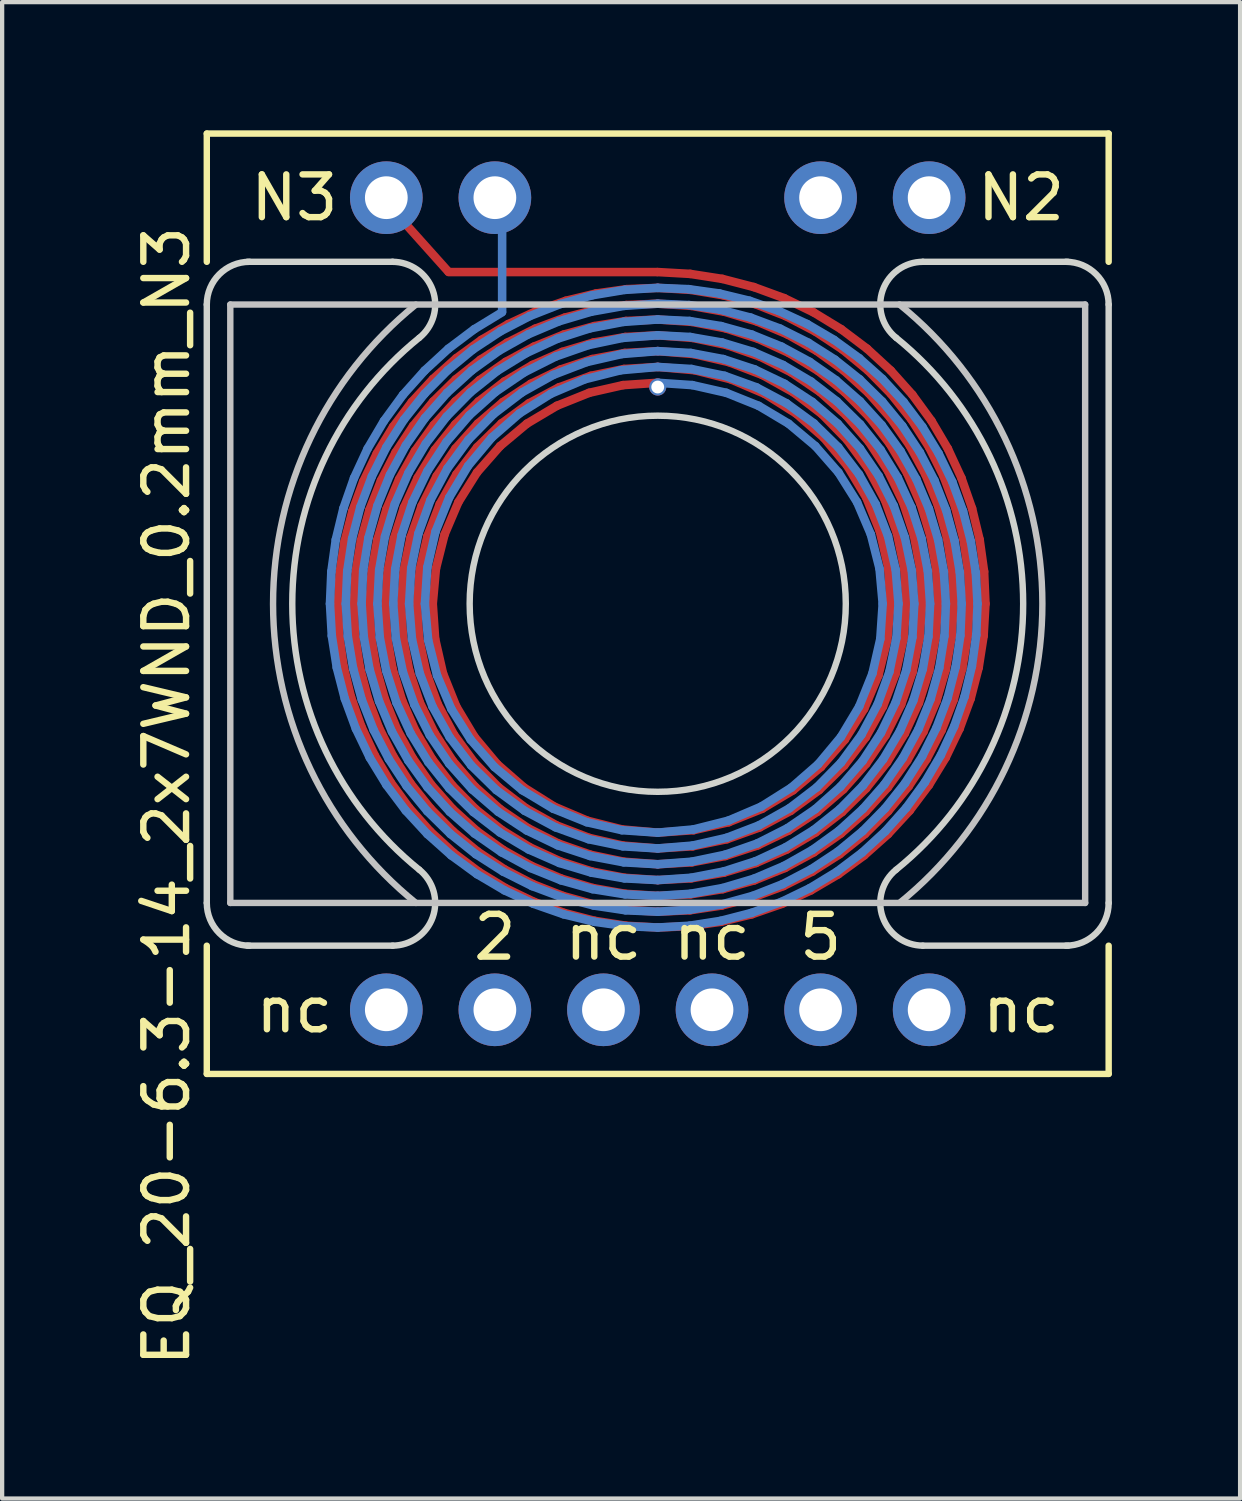
<source format=kicad_pcb>
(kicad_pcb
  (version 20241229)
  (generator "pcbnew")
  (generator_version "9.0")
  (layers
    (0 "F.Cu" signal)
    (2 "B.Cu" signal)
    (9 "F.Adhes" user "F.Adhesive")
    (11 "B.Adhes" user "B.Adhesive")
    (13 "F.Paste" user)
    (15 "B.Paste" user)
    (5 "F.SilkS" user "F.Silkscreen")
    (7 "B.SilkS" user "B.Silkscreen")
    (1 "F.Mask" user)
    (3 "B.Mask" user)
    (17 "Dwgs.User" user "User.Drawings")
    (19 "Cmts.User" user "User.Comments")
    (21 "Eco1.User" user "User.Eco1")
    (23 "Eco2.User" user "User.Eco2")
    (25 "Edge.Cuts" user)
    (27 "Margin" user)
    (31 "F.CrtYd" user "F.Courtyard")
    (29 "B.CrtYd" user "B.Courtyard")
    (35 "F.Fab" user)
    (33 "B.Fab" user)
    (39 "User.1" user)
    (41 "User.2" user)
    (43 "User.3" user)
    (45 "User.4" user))
  (footprint "EQ_20-6.3-14_2x7WND_0.2mm_N3"
    (layer "F.Cu")
    (at 12.338 11.075)
    (property "Reference" "EQ_20-6.3-14_2x7WND_0.2mm_N3" (at -11.49 4.5 90) (layer "F.SilkS") (effects (font (size 1 1) (thickness 0.15))))
    (attr through_hole)
    (fp_line (start -7.482 0) (end -7.452 0.734) (stroke (width 0.2) (type solid)) (layer "F.Cu"))
    (fp_line (start -7.452 0.734) (end -7.35 1.462) (stroke (width 0.2) (type solid)) (layer "F.Cu"))
    (fp_line (start -7.441 -0.733) (end -7.482 0) (stroke (width 0.2) (type solid)) (layer "F.Cu"))
    (fp_line (start -7.35 1.462) (end -7.177 2.177) (stroke (width 0.2) (type solid)) (layer "F.Cu"))
    (fp_line (start -7.327 -1.458) (end -7.441 -0.733) (stroke (width 0.2) (type solid)) (layer "F.Cu"))
    (fp_line (start -7.177 2.177) (end -6.934 2.872) (stroke (width 0.2) (type solid)) (layer "F.Cu"))
    (fp_line (start -7.144 -2.167) (end -7.327 -1.458) (stroke (width 0.2) (type solid)) (layer "F.Cu"))
    (fp_line (start -7.112 0) (end -7.08 0.744) (stroke (width 0.2) (type solid)) (layer "F.Cu"))
    (fp_line (start -7.08 0.744) (end -6.969 1.481) (stroke (width 0.2) (type solid)) (layer "F.Cu"))
    (fp_line (start -7.067 -0.743) (end -7.112 0) (stroke (width 0.2) (type solid)) (layer "F.Cu"))
    (fp_line (start -6.969 1.481) (end -6.782 2.204) (stroke (width 0.2) (type solid)) (layer "F.Cu"))
    (fp_line (start -6.945 -1.476) (end -7.067 -0.743) (stroke (width 0.2) (type solid)) (layer "F.Cu"))
    (fp_line (start -6.934 2.872) (end -6.624 3.541) (stroke (width 0.2) (type solid)) (layer "F.Cu"))
    (fp_line (start -6.892 -2.855) (end -7.144 -2.167) (stroke (width 0.2) (type solid)) (layer "F.Cu"))
    (fp_line (start -6.782 2.204) (end -6.52 2.903) (stroke (width 0.2) (type solid)) (layer "F.Cu"))
    (fp_line (start -6.747 -2.192) (end -6.945 -1.476) (stroke (width 0.2) (type solid)) (layer "F.Cu"))
    (fp_line (start -6.742 0) (end -6.707 0.756) (stroke (width 0.2) (type solid)) (layer "F.Cu"))
    (fp_line (start -6.707 0.756) (end -6.586 1.503) (stroke (width 0.2) (type solid)) (layer "F.Cu"))
    (fp_line (start -6.694 -0.754) (end -6.742 0) (stroke (width 0.2) (type solid)) (layer "F.Cu"))
    (fp_line (start -6.624 3.541) (end -6.25 4.176) (stroke (width 0.2) (type solid)) (layer "F.Cu"))
    (fp_line (start -6.586 1.503) (end -6.383 2.233) (stroke (width 0.2) (type solid)) (layer "F.Cu"))
    (fp_line (start -6.573 -3.514) (end -6.892 -2.855) (stroke (width 0.2) (type solid)) (layer "F.Cu"))
    (fp_line (start -6.561 -1.497) (end -6.694 -0.754) (stroke (width 0.2) (type solid)) (layer "F.Cu"))
    (fp_line (start -6.52 2.903) (end -6.186 3.572) (stroke (width 0.2) (type solid)) (layer "F.Cu"))
    (fp_line (start -6.475 -2.883) (end -6.747 -2.192) (stroke (width 0.2) (type solid)) (layer "F.Cu"))
    (fp_line (start -6.383 2.233) (end -6.099 2.937) (stroke (width 0.2) (type solid)) (layer "F.Cu"))
    (fp_line (start -6.372 0) (end -6.333 0.769) (stroke (width 0.2) (type solid)) (layer "F.Cu"))
    (fp_line (start -6.345 -2.22) (end -6.561 -1.497) (stroke (width 0.2) (type solid)) (layer "F.Cu"))
    (fp_line (start -6.333 0.769) (end -6.201 1.528) (stroke (width 0.2) (type solid)) (layer "F.Cu"))
    (fp_line (start -6.319 -0.767) (end -6.372 0) (stroke (width 0.2) (type solid)) (layer "F.Cu"))
    (fp_line (start -6.25 4.176) (end -5.815 4.773) (stroke (width 0.2) (type solid)) (layer "F.Cu"))
    (fp_line (start -6.201 1.528) (end -5.978 2.267) (stroke (width 0.2) (type solid)) (layer "F.Cu"))
    (fp_line (start -6.193 -4.138) (end -6.573 -3.514) (stroke (width 0.2) (type solid)) (layer "F.Cu"))
    (fp_line (start -6.186 3.572) (end -5.784 4.202) (stroke (width 0.2) (type solid)) (layer "F.Cu"))
    (fp_line (start -6.174 -1.522) (end -6.319 -0.767) (stroke (width 0.2) (type solid)) (layer "F.Cu"))
    (fp_line (start -6.133 -3.541) (end -6.475 -2.883) (stroke (width 0.2) (type solid)) (layer "F.Cu"))
    (fp_line (start -6.099 2.937) (end -5.737 3.605) (stroke (width 0.2) (type solid)) (layer "F.Cu"))
    (fp_line (start -6.051 -2.914) (end -6.345 -2.22) (stroke (width 0.2) (type solid)) (layer "F.Cu"))
    (fp_line (start -6.003 0) (end -5.959 0.784) (stroke (width 0.2) (type solid)) (layer "F.Cu"))
    (fp_line (start -5.978 2.267) (end -5.668 2.975) (stroke (width 0.2) (type solid)) (layer "F.Cu"))
    (fp_line (start -5.959 0.784) (end -5.813 1.558) (stroke (width 0.2) (type solid)) (layer "F.Cu"))
    (fp_line (start -5.944 -0.782) (end -6.003 0) (stroke (width 0.2) (type solid)) (layer "F.Cu"))
    (fp_line (start -5.938 -2.252) (end -6.174 -1.522) (stroke (width 0.2) (type solid)) (layer "F.Cu"))
    (fp_line (start -5.815 4.773) (end -5.324 5.324) (stroke (width 0.2) (type solid)) (layer "F.Cu"))
    (fp_line (start -5.813 1.558) (end -5.567 2.306) (stroke (width 0.2) (type solid)) (layer "F.Cu"))
    (fp_line (start -5.784 4.202) (end -5.318 4.788) (stroke (width 0.2) (type solid)) (layer "F.Cu"))
    (fp_line (start -5.783 -1.55) (end -5.944 -0.782) (stroke (width 0.2) (type solid)) (layer "F.Cu"))
    (fp_line (start -5.753 -4.721) (end -6.193 -4.138) (stroke (width 0.2) (type solid)) (layer "F.Cu"))
    (fp_line (start -5.737 3.605) (end -5.302 4.229) (stroke (width 0.2) (type solid)) (layer "F.Cu"))
    (fp_line (start -5.724 -4.159) (end -6.133 -3.541) (stroke (width 0.2) (type solid)) (layer "F.Cu"))
    (fp_line (start -5.681 -3.57) (end -6.051 -2.914) (stroke (width 0.2) (type solid)) (layer "F.Cu"))
    (fp_line (start -5.668 2.975) (end -5.274 3.64) (stroke (width 0.2) (type solid)) (layer "F.Cu"))
    (fp_line (start -5.633 0) (end -5.583 0.803) (stroke (width 0.2) (type solid)) (layer "F.Cu"))
    (fp_line (start -5.617 -2.948) (end -5.938 -2.252) (stroke (width 0.2) (type solid)) (layer "F.Cu"))
    (fp_line (start -5.583 0.803) (end -5.42 1.592) (stroke (width 0.2) (type solid)) (layer "F.Cu"))
    (fp_line (start -5.567 2.306) (end -5.225 3.017) (stroke (width 0.2) (type solid)) (layer "F.Cu"))
    (fp_line (start -5.567 -0.8) (end -5.633 0) (stroke (width 0.2) (type solid)) (layer "F.Cu"))
    (fp_line (start -5.524 -2.288) (end -5.783 -1.55) (stroke (width 0.2) (type solid)) (layer "F.Cu"))
    (fp_line (start -5.42 1.592) (end -5.146 2.35) (stroke (width 0.2) (type solid)) (layer "F.Cu"))
    (fp_line (start -5.388 -1.582) (end -5.567 -0.8) (stroke (width 0.2) (type solid)) (layer "F.Cu"))
    (fp_line (start -5.324 5.324) (end -4.78 5.824) (stroke (width 0.2) (type solid)) (layer "F.Cu"))
    (fp_line (start -5.318 4.788) (end -4.792 5.322) (stroke (width 0.2) (type solid)) (layer "F.Cu"))
    (fp_line (start -5.302 4.229) (end -4.8 4.8) (stroke (width 0.2) (type solid)) (layer "F.Cu"))
    (fp_line (start -5.274 3.64) (end -4.802 4.254) (stroke (width 0.2) (type solid)) (layer "F.Cu"))
    (fp_line (start -5.263 0) (end -5.207 0.825) (stroke (width 0.2) (type solid)) (layer "F.Cu"))
    (fp_line (start -5.258 -5.258) (end -5.753 -4.721) (stroke (width 0.2) (type solid)) (layer "F.Cu"))
    (fp_line (start -5.254 -4.73) (end -5.724 -4.159) (stroke (width 0.2) (type solid)) (layer "F.Cu"))
    (fp_line (start -5.241 -4.179) (end -5.681 -3.57) (stroke (width 0.2) (type solid)) (layer "F.Cu"))
    (fp_line (start -5.225 3.017) (end -4.793 3.678) (stroke (width 0.2) (type solid)) (layer "F.Cu"))
    (fp_line (start -5.215 -3.6) (end -5.617 -2.948) (stroke (width 0.2) (type solid)) (layer "F.Cu"))
    (fp_line (start -5.207 0.825) (end -5.023 1.632) (stroke (width 0.2) (type solid)) (layer "F.Cu"))
    (fp_line (start -5.189 -0.822) (end -5.263 0) (stroke (width 0.2) (type solid)) (layer "F.Cu"))
    (fp_line (start -5.172 -2.986) (end -5.524 -2.288) (stroke (width 0.2) (type solid)) (layer "F.Cu"))
    (fp_line (start -5.146 2.35) (end -4.767 3.063) (stroke (width 0.2) (type solid)) (layer "F.Cu"))
    (fp_line (start -5.101 -2.329) (end -5.388 -1.582) (stroke (width 0.2) (type solid)) (layer "F.Cu"))
    (fp_line (start -5.023 1.632) (end -4.714 2.402) (stroke (width 0.2) (type solid)) (layer "F.Cu"))
    (fp_line (start -4.987 -1.62) (end -5.189 -0.822) (stroke (width 0.2) (type solid)) (layer "F.Cu"))
    (fp_line (start -4.9 -7.77) (end -6.01 -9.01) (stroke (width 0.2) (type solid)) (layer "F.Cu"))
    (fp_line (start -4.802 4.254) (end -4.259 4.807) (stroke (width 0.2) (type solid)) (layer "F.Cu"))
    (fp_line (start -4.8 4.8) (end -4.237 5.313) (stroke (width 0.2) (type solid)) (layer "F.Cu"))
    (fp_line (start -4.793 3.678) (end -4.277 4.277) (stroke (width 0.2) (type solid)) (layer "F.Cu"))
    (fp_line (start -4.792 5.322) (end -4.213 5.799) (stroke (width 0.2) (type solid)) (layer "F.Cu"))
    (fp_line (start -4.78 5.824) (end -4.189 6.27) (stroke (width 0.2) (type solid)) (layer "F.Cu"))
    (fp_line (start -4.767 3.063) (end -4.289 3.716) (stroke (width 0.2) (type solid)) (layer "F.Cu"))
    (fp_line (start -4.738 -4.197) (end -5.215 -3.6) (stroke (width 0.2) (type solid)) (layer "F.Cu"))
    (fp_line (start -4.735 -4.735) (end -5.241 -4.179) (stroke (width 0.2) (type solid)) (layer "F.Cu"))
    (fp_line (start -4.732 -3.631) (end -5.172 -2.986) (stroke (width 0.2) (type solid)) (layer "F.Cu"))
    (fp_line (start -4.726 -5.249) (end -5.254 -4.73) (stroke (width 0.2) (type solid)) (layer "F.Cu"))
    (fp_line (start -4.714 -5.744) (end -5.258 -5.258) (stroke (width 0.2) (type solid)) (layer "F.Cu"))
    (fp_line (start -4.714 2.402) (end -4.287 3.115) (stroke (width 0.2) (type solid)) (layer "F.Cu"))
    (fp_line (start -4.71 -3.027) (end -5.101 -2.329) (stroke (width 0.2) (type solid)) (layer "F.Cu"))
    (fp_line (start -4.664 -2.377) (end -4.987 -1.62) (stroke (width 0.2) (type solid)) (layer "F.Cu"))
    (fp_line (start -4.289 3.716) (end -3.722 4.295) (stroke (width 0.2) (type solid)) (layer "F.Cu"))
    (fp_line (start -4.287 3.115) (end -3.754 3.754) (stroke (width 0.2) (type solid)) (layer "F.Cu"))
    (fp_line (start -4.277 4.277) (end -3.687 4.805) (stroke (width 0.2) (type solid)) (layer "F.Cu"))
    (fp_line (start -4.259 4.807) (end -3.652 5.291) (stroke (width 0.2) (type solid)) (layer "F.Cu"))
    (fp_line (start -4.237 5.313) (end -3.619 5.759) (stroke (width 0.2) (type solid)) (layer "F.Cu"))
    (fp_line (start -4.228 -3.071) (end -4.664 -2.377) (stroke (width 0.2) (type solid)) (layer "F.Cu"))
    (fp_line (start -4.225 -3.661) (end -4.71 -3.027) (stroke (width 0.2) (type solid)) (layer "F.Cu"))
    (fp_line (start -4.213 5.799) (end -3.587 6.213) (stroke (width 0.2) (type solid)) (layer "F.Cu"))
    (fp_line (start -4.212 -4.212) (end -4.732 -3.631) (stroke (width 0.2) (type solid)) (layer "F.Cu"))
    (fp_line (start -4.193 -4.733) (end -4.738 -4.197) (stroke (width 0.2) (type solid)) (layer "F.Cu"))
    (fp_line (start -4.189 6.27) (end -3.557 6.655) (stroke (width 0.2) (type solid)) (layer "F.Cu"))
    (fp_line (start -4.171 -5.23) (end -4.735 -4.735) (stroke (width 0.2) (type solid)) (layer "F.Cu"))
    (fp_line (start -4.148 -5.709) (end -4.726 -5.249) (stroke (width 0.2) (type solid)) (layer "F.Cu"))
    (fp_line (start -4.125 -6.173) (end -4.714 -5.744) (stroke (width 0.2) (type solid)) (layer "F.Cu"))
    (fp_line (start -3.754 3.754) (end -3.126 4.302) (stroke (width 0.2) (type solid)) (layer "F.Cu"))
    (fp_line (start -3.722 4.295) (end -3.077 4.788) (stroke (width 0.2) (type solid)) (layer "F.Cu"))
    (fp_line (start -3.688 -3.688) (end -4.228 -3.071) (stroke (width 0.2) (type solid)) (layer "F.Cu"))
    (fp_line (start -3.687 4.805) (end -3.032 5.252) (stroke (width 0.2) (type solid)) (layer "F.Cu"))
    (fp_line (start -3.655 -4.219) (end -4.225 -3.661) (stroke (width 0.2) (type solid)) (layer "F.Cu"))
    (fp_line (start -3.652 5.291) (end -2.991 5.699) (stroke (width 0.2) (type solid)) (layer "F.Cu"))
    (fp_line (start -3.621 -4.719) (end -4.212 -4.212) (stroke (width 0.2) (type solid)) (layer "F.Cu"))
    (fp_line (start -3.619 5.759) (end -2.954 6.134) (stroke (width 0.2) (type solid)) (layer "F.Cu"))
    (fp_line (start -3.588 -5.198) (end -4.193 -4.733) (stroke (width 0.2) (type solid)) (layer "F.Cu"))
    (fp_line (start -3.587 6.213) (end -2.921 6.56) (stroke (width 0.2) (type solid)) (layer "F.Cu"))
    (fp_line (start -3.557 6.655) (end -2.89 6.977) (stroke (width 0.2) (type solid)) (layer "F.Cu"))
    (fp_line (start -3.556 -5.659) (end -4.171 -5.23) (stroke (width 0.2) (type solid)) (layer "F.Cu"))
    (fp_line (start -3.525 -6.106) (end -4.148 -5.709) (stroke (width 0.2) (type solid)) (layer "F.Cu"))
    (fp_line (start -3.497 -6.543) (end -4.125 -6.173) (stroke (width 0.2) (type solid)) (layer "F.Cu"))
    (fp_line (start -3.126 4.302) (end -2.419 4.747) (stroke (width 0.2) (type solid)) (layer "F.Cu"))
    (fp_line (start -3.077 4.788) (end -2.368 5.185) (stroke (width 0.2) (type solid)) (layer "F.Cu"))
    (fp_line (start -3.061 -4.213) (end -3.688 -3.688) (stroke (width 0.2) (type solid)) (layer "F.Cu"))
    (fp_line (start -3.032 5.252) (end -2.324 5.61) (stroke (width 0.2) (type solid)) (layer "F.Cu"))
    (fp_line (start -3.013 -4.689) (end -3.655 -4.219) (stroke (width 0.2) (type solid)) (layer "F.Cu"))
    (fp_line (start -2.991 5.699) (end -2.285 6.025) (stroke (width 0.2) (type solid)) (layer "F.Cu"))
    (fp_line (start -2.97 -5.145) (end -3.621 -4.719) (stroke (width 0.2) (type solid)) (layer "F.Cu"))
    (fp_line (start -2.954 6.134) (end -2.251 6.433) (stroke (width 0.2) (type solid)) (layer "F.Cu"))
    (fp_line (start -2.932 -5.586) (end -3.588 -5.198) (stroke (width 0.2) (type solid)) (layer "F.Cu"))
    (fp_line (start -2.921 6.56) (end -2.221 6.835) (stroke (width 0.2) (type solid)) (layer "F.Cu"))
    (fp_line (start -2.897 -6.015) (end -3.556 -5.659) (stroke (width 0.2) (type solid)) (layer "F.Cu"))
    (fp_line (start -2.89 6.977) (end -2.194 7.232) (stroke (width 0.2) (type solid)) (layer "F.Cu"))
    (fp_line (start -2.865 -6.436) (end -3.525 -6.106) (stroke (width 0.2) (type solid)) (layer "F.Cu"))
    (fp_line (start -2.837 -6.849) (end -3.497 -6.543) (stroke (width 0.2) (type solid)) (layer "F.Cu"))
    (fp_line (start -2.419 4.747) (end -1.649 5.075) (stroke (width 0.2) (type solid)) (layer "F.Cu"))
    (fp_line (start -2.368 5.185) (end -1.608 5.477) (stroke (width 0.2) (type solid)) (layer "F.Cu"))
    (fp_line (start -2.36 -4.631) (end -3.061 -4.213) (stroke (width 0.2) (type solid)) (layer "F.Cu"))
    (fp_line (start -2.324 5.61) (end -1.574 5.872) (stroke (width 0.2) (type solid)) (layer "F.Cu"))
    (fp_line (start -2.312 -5.062) (end -3.013 -4.689) (stroke (width 0.2) (type solid)) (layer "F.Cu"))
    (fp_line (start -2.285 6.025) (end -1.544 6.263) (stroke (width 0.2) (type solid)) (layer "F.Cu"))
    (fp_line (start -2.271 -5.481) (end -2.97 -5.145) (stroke (width 0.2) (type solid)) (layer "F.Cu"))
    (fp_line (start -2.251 6.433) (end -1.518 6.651) (stroke (width 0.2) (type solid)) (layer "F.Cu"))
    (fp_line (start -2.234 -5.892) (end -2.932 -5.586) (stroke (width 0.2) (type solid)) (layer "F.Cu"))
    (fp_line (start -2.221 6.835) (end -1.495 7.035) (stroke (width 0.2) (type solid)) (layer "F.Cu"))
    (fp_line (start -2.203 -6.296) (end -2.897 -6.015) (stroke (width 0.2) (type solid)) (layer "F.Cu"))
    (fp_line (start -2.194 7.232) (end -1.476 7.418) (stroke (width 0.2) (type solid)) (layer "F.Cu"))
    (fp_line (start -2.175 -6.694) (end -2.865 -6.436) (stroke (width 0.2) (type solid)) (layer "F.Cu"))
    (fp_line (start -2.15 -7.088) (end -2.837 -6.849) (stroke (width 0.2) (type solid)) (layer "F.Cu"))
    (fp_line (start -1.649 5.075) (end -0.836 5.28) (stroke (width 0.2) (type solid)) (layer "F.Cu"))
    (fp_line (start -1.608 5.477) (end -0.814 5.658) (stroke (width 0.2) (type solid)) (layer "F.Cu"))
    (fp_line (start -1.603 -4.935) (end -2.36 -4.631) (stroke (width 0.2) (type solid)) (layer "F.Cu"))
    (fp_line (start -1.574 5.872) (end -0.795 6.035) (stroke (width 0.2) (type solid)) (layer "F.Cu"))
    (fp_line (start -1.566 -5.332) (end -2.312 -5.062) (stroke (width 0.2) (type solid)) (layer "F.Cu"))
    (fp_line (start -1.544 6.263) (end -0.778 6.411) (stroke (width 0.2) (type solid)) (layer "F.Cu"))
    (fp_line (start -1.534 -5.724) (end -2.271 -5.481) (stroke (width 0.2) (type solid)) (layer "F.Cu"))
    (fp_line (start -1.518 6.651) (end -0.765 6.785) (stroke (width 0.2) (type solid)) (layer "F.Cu"))
    (fp_line (start -1.506 -6.111) (end -2.234 -5.892) (stroke (width 0.2) (type solid)) (layer "F.Cu"))
    (fp_line (start -1.495 7.035) (end -0.752 7.159) (stroke (width 0.2) (type solid)) (layer "F.Cu"))
    (fp_line (start -1.483 -6.496) (end -2.203 -6.296) (stroke (width 0.2) (type solid)) (layer "F.Cu"))
    (fp_line (start -1.476 7.418) (end -0.742 7.533) (stroke (width 0.2) (type solid)) (layer "F.Cu"))
    (fp_line (start -1.462 -6.879) (end -2.175 -6.694) (stroke (width 0.2) (type solid)) (layer "F.Cu"))
    (fp_line (start -1.444 -7.259) (end -2.15 -7.088) (stroke (width 0.2) (type solid)) (layer "F.Cu"))
    (fp_line (start -0.836 5.28) (end 0 5.355) (stroke (width 0.2) (type solid)) (layer "F.Cu"))
    (fp_line (start -0.814 5.658) (end 0 5.725) (stroke (width 0.2) (type solid)) (layer "F.Cu"))
    (fp_line (start -0.81 -5.115) (end -1.603 -4.935) (stroke (width 0.2) (type solid)) (layer "F.Cu"))
    (fp_line (start -0.795 6.035) (end 0 6.095) (stroke (width 0.2) (type solid)) (layer "F.Cu"))
    (fp_line (start -0.79 -5.492) (end -1.566 -5.332) (stroke (width 0.2) (type solid)) (layer "F.Cu"))
    (fp_line (start -0.778 6.411) (end 0 6.465) (stroke (width 0.2) (type solid)) (layer "F.Cu"))
    (fp_line (start -0.772 -5.867) (end -1.534 -5.724) (stroke (width 0.2) (type solid)) (layer "F.Cu"))
    (fp_line (start -0.765 6.785) (end 0 6.835) (stroke (width 0.2) (type solid)) (layer "F.Cu"))
    (fp_line (start -0.758 -6.241) (end -1.506 -6.111) (stroke (width 0.2) (type solid)) (layer "F.Cu"))
    (fp_line (start -0.752 7.159) (end 0 7.205) (stroke (width 0.2) (type solid)) (layer "F.Cu"))
    (fp_line (start -0.745 -6.615) (end -1.483 -6.496) (stroke (width 0.2) (type solid)) (layer "F.Cu"))
    (fp_line (start -0.742 7.533) (end 0 7.575) (stroke (width 0.2) (type solid)) (layer "F.Cu"))
    (fp_line (start -0.734 -6.988) (end -1.462 -6.879) (stroke (width 0.2) (type solid)) (layer "F.Cu"))
    (fp_line (start -0.725 -7.36) (end -1.444 -7.259) (stroke (width 0.2) (type solid)) (layer "F.Cu"))
    (fp_line (start -0.02 -7.76) (end -4.89 -7.76) (stroke (width 0.2) (type solid)) (layer "F.Cu"))
    (fp_line (start 0 -7.39) (end -0.725 -7.36) (stroke (width 0.2) (type solid)) (layer "F.Cu"))
    (fp_line (start 0 -7.02) (end -0.734 -6.988) (stroke (width 0.2) (type solid)) (layer "F.Cu"))
    (fp_line (start 0 -6.65) (end -0.745 -6.615) (stroke (width 0.2) (type solid)) (layer "F.Cu"))
    (fp_line (start 0 -6.28) (end -0.758 -6.241) (stroke (width 0.2) (type solid)) (layer "F.Cu"))
    (fp_line (start 0 -5.91) (end -0.772 -5.867) (stroke (width 0.2) (type solid)) (layer "F.Cu"))
    (fp_line (start 0 -5.54) (end -0.79 -5.492) (stroke (width 0.2) (type solid)) (layer "F.Cu"))
    (fp_line (start 0 -5.17) (end -0.81 -5.115) (stroke (width 0.2) (type solid)) (layer "F.Cu"))
    (fp_line (start 0 5.355) (end 0.839 5.298) (stroke (width 0.2) (type solid)) (layer "F.Cu"))
    (fp_line (start 0 5.725) (end 0.816 5.675) (stroke (width 0.2) (type solid)) (layer "F.Cu"))
    (fp_line (start 0 6.095) (end 0.797 6.05) (stroke (width 0.2) (type solid)) (layer "F.Cu"))
    (fp_line (start 0 6.465) (end 0.78 6.425) (stroke (width 0.2) (type solid)) (layer "F.Cu"))
    (fp_line (start 0 6.835) (end 0.766 6.799) (stroke (width 0.2) (type solid)) (layer "F.Cu"))
    (fp_line (start 0 7.205) (end 0.754 7.172) (stroke (width 0.2) (type solid)) (layer "F.Cu"))
    (fp_line (start 0 7.575) (end 0.743 7.544) (stroke (width 0.2) (type solid)) (layer "F.Cu"))
    (fp_line (start 0.743 7.544) (end 1.48 7.441) (stroke (width 0.2) (type solid)) (layer "F.Cu"))
    (fp_line (start 0.754 7.172) (end 1.501 7.06) (stroke (width 0.2) (type solid)) (layer "F.Cu"))
    (fp_line (start 0.76 -7.717) (end 0 -7.76) (stroke (width 0.2) (type solid)) (layer "F.Cu"))
    (fp_line (start 0.766 6.799) (end 1.524 6.677) (stroke (width 0.2) (type solid)) (layer "F.Cu"))
    (fp_line (start 0.772 -7.343) (end 0 -7.39) (stroke (width 0.2) (type solid)) (layer "F.Cu"))
    (fp_line (start 0.78 6.425) (end 1.551 6.291) (stroke (width 0.2) (type solid)) (layer "F.Cu"))
    (fp_line (start 0.785 -6.969) (end 0 -7.02) (stroke (width 0.2) (type solid)) (layer "F.Cu"))
    (fp_line (start 0.797 6.05) (end 1.581 5.902) (stroke (width 0.2) (type solid)) (layer "F.Cu"))
    (fp_line (start 0.801 -6.594) (end 0 -6.65) (stroke (width 0.2) (type solid)) (layer "F.Cu"))
    (fp_line (start 0.816 5.675) (end 1.618 5.509) (stroke (width 0.2) (type solid)) (layer "F.Cu"))
    (fp_line (start 0.819 -6.219) (end 0 -6.28) (stroke (width 0.2) (type solid)) (layer "F.Cu"))
    (fp_line (start 0.839 5.298) (end 1.661 5.111) (stroke (width 0.2) (type solid)) (layer "F.Cu"))
    (fp_line (start 0.84 -5.842) (end 0 -5.91) (stroke (width 0.2) (type solid)) (layer "F.Cu"))
    (fp_line (start 0.865 -5.463) (end 0 -5.54) (stroke (width 0.2) (type solid)) (layer "F.Cu"))
    (fp_line (start 1.48 7.441) (end 2.204 7.265) (stroke (width 0.2) (type solid)) (layer "F.Cu"))
    (fp_line (start 1.501 7.06) (end 2.232 6.87) (stroke (width 0.2) (type solid)) (layer "F.Cu"))
    (fp_line (start 1.512 -7.6) (end 0.76 -7.717) (stroke (width 0.2) (type solid)) (layer "F.Cu"))
    (fp_line (start 1.524 6.677) (end 2.264 6.47) (stroke (width 0.2) (type solid)) (layer "F.Cu"))
    (fp_line (start 1.534 -7.216) (end 0.772 -7.343) (stroke (width 0.2) (type solid)) (layer "F.Cu"))
    (fp_line (start 1.551 6.291) (end 2.3 6.065) (stroke (width 0.2) (type solid)) (layer "F.Cu"))
    (fp_line (start 1.559 -6.831) (end 0.785 -6.969) (stroke (width 0.2) (type solid)) (layer "F.Cu"))
    (fp_line (start 1.581 5.902) (end 2.341 5.652) (stroke (width 0.2) (type solid)) (layer "F.Cu"))
    (fp_line (start 1.588 -6.443) (end 0.801 -6.594) (stroke (width 0.2) (type solid)) (layer "F.Cu"))
    (fp_line (start 1.618 5.509) (end 2.389 5.231) (stroke (width 0.2) (type solid)) (layer "F.Cu"))
    (fp_line (start 1.621 -6.051) (end 0.819 -6.219) (stroke (width 0.2) (type solid)) (layer "F.Cu"))
    (fp_line (start 1.66 -5.654) (end 0.84 -5.842) (stroke (width 0.2) (type solid)) (layer "F.Cu"))
    (fp_line (start 1.661 5.111) (end 2.444 4.796) (stroke (width 0.2) (type solid)) (layer "F.Cu"))
    (fp_line (start 1.706 -5.251) (end 0.865 -5.463) (stroke (width 0.2) (type solid)) (layer "F.Cu"))
    (fp_line (start 2.204 7.265) (end 2.908 7.02) (stroke (width 0.2) (type solid)) (layer "F.Cu"))
    (fp_line (start 2.232 6.87) (end 2.941 6.605) (stroke (width 0.2) (type solid)) (layer "F.Cu"))
    (fp_line (start 2.248 -7.409) (end 1.512 -7.6) (stroke (width 0.2) (type solid)) (layer "F.Cu"))
    (fp_line (start 2.264 6.47) (end 2.977 6.182) (stroke (width 0.2) (type solid)) (layer "F.Cu"))
    (fp_line (start 2.278 -7.011) (end 1.534 -7.216) (stroke (width 0.2) (type solid)) (layer "F.Cu"))
    (fp_line (start 2.3 6.065) (end 3.018 5.75) (stroke (width 0.2) (type solid)) (layer "F.Cu"))
    (fp_line (start 2.312 -6.607) (end 1.559 -6.831) (stroke (width 0.2) (type solid)) (layer "F.Cu"))
    (fp_line (start 2.341 5.652) (end 3.063 5.305) (stroke (width 0.2) (type solid)) (layer "F.Cu"))
    (fp_line (start 2.351 -6.198) (end 1.588 -6.443) (stroke (width 0.2) (type solid)) (layer "F.Cu"))
    (fp_line (start 2.389 5.231) (end 3.113 4.844) (stroke (width 0.2) (type solid)) (layer "F.Cu"))
    (fp_line (start 2.394 -5.781) (end 1.621 -6.051) (stroke (width 0.2) (type solid)) (layer "F.Cu"))
    (fp_line (start 2.444 4.796) (end 3.169 4.362) (stroke (width 0.2) (type solid)) (layer "F.Cu"))
    (fp_line (start 2.445 -5.353) (end 1.66 -5.654) (stroke (width 0.2) (type solid)) (layer "F.Cu"))
    (fp_line (start 2.503 -4.911) (end 1.706 -5.251) (stroke (width 0.2) (type solid)) (layer "F.Cu"))
    (fp_line (start 2.908 7.02) (end 3.584 6.706) (stroke (width 0.2) (type solid)) (layer "F.Cu"))
    (fp_line (start 2.941 6.605) (end 3.618 6.266) (stroke (width 0.2) (type solid)) (layer "F.Cu"))
    (fp_line (start 2.961 -7.148) (end 2.248 -7.409) (stroke (width 0.2) (type solid)) (layer "F.Cu"))
    (fp_line (start 2.977 6.182) (end 3.654 5.815) (stroke (width 0.2) (type solid)) (layer "F.Cu"))
    (fp_line (start 2.996 -6.729) (end 2.278 -7.011) (stroke (width 0.2) (type solid)) (layer "F.Cu"))
    (fp_line (start 3.018 5.75) (end 3.693 5.35) (stroke (width 0.2) (type solid)) (layer "F.Cu"))
    (fp_line (start 3.034 -6.301) (end 2.312 -6.607) (stroke (width 0.2) (type solid)) (layer "F.Cu"))
    (fp_line (start 3.063 5.305) (end 3.734 4.866) (stroke (width 0.2) (type solid)) (layer "F.Cu"))
    (fp_line (start 3.077 -5.863) (end 2.351 -6.198) (stroke (width 0.2) (type solid)) (layer "F.Cu"))
    (fp_line (start 3.113 4.844) (end 3.777 4.358) (stroke (width 0.2) (type solid)) (layer "F.Cu"))
    (fp_line (start 3.125 -5.412) (end 2.394 -5.781) (stroke (width 0.2) (type solid)) (layer "F.Cu"))
    (fp_line (start 3.169 4.362) (end 3.819 3.819) (stroke (width 0.2) (type solid)) (layer "F.Cu"))
    (fp_line (start 3.177 -4.944) (end 2.445 -5.353) (stroke (width 0.2) (type solid)) (layer "F.Cu"))
    (fp_line (start 3.235 -4.452) (end 2.503 -4.911) (stroke (width 0.2) (type solid)) (layer "F.Cu"))
    (fp_line (start 3.584 6.706) (end 4.228 6.327) (stroke (width 0.2) (type solid)) (layer "F.Cu"))
    (fp_line (start 3.618 6.266) (end 4.257 5.859) (stroke (width 0.2) (type solid)) (layer "F.Cu"))
    (fp_line (start 3.644 -6.818) (end 2.961 -7.148) (stroke (width 0.2) (type solid)) (layer "F.Cu"))
    (fp_line (start 3.654 5.815) (end 4.286 5.375) (stroke (width 0.2) (type solid)) (layer "F.Cu"))
    (fp_line (start 3.68 -6.373) (end 2.996 -6.729) (stroke (width 0.2) (type solid)) (layer "F.Cu"))
    (fp_line (start 3.693 5.35) (end 4.315 4.871) (stroke (width 0.2) (type solid)) (layer "F.Cu"))
    (fp_line (start 3.717 -5.916) (end 3.034 -6.301) (stroke (width 0.2) (type solid)) (layer "F.Cu"))
    (fp_line (start 3.734 4.866) (end 4.343 4.343) (stroke (width 0.2) (type solid)) (layer "F.Cu"))
    (fp_line (start 3.757 -5.444) (end 3.077 -5.863) (stroke (width 0.2) (type solid)) (layer "F.Cu"))
    (fp_line (start 3.777 4.358) (end 4.365 3.782) (stroke (width 0.2) (type solid)) (layer "F.Cu"))
    (fp_line (start 3.8 -4.952) (end 3.125 -5.412) (stroke (width 0.2) (type solid)) (layer "F.Cu"))
    (fp_line (start 3.819 3.819) (end 4.377 3.18) (stroke (width 0.2) (type solid)) (layer "F.Cu"))
    (fp_line (start 3.843 -4.435) (end 3.177 -4.944) (stroke (width 0.2) (type solid)) (layer "F.Cu"))
    (fp_line (start 3.885 -3.885) (end 3.235 -4.452) (stroke (width 0.2) (type solid)) (layer "F.Cu"))
    (fp_line (start 4.228 6.327) (end 4.831 5.887) (stroke (width 0.2) (type solid)) (layer "F.Cu"))
    (fp_line (start 4.257 5.859) (end 4.85 5.386) (stroke (width 0.2) (type solid)) (layer "F.Cu"))
    (fp_line (start 4.286 5.375) (end 4.866 4.866) (stroke (width 0.2) (type solid)) (layer "F.Cu"))
    (fp_line (start 4.292 -6.423) (end 3.644 -6.818) (stroke (width 0.2) (type solid)) (layer "F.Cu"))
    (fp_line (start 4.315 4.871) (end 4.876 4.32) (stroke (width 0.2) (type solid)) (layer "F.Cu"))
    (fp_line (start 4.322 -5.949) (end 3.68 -6.373) (stroke (width 0.2) (type solid)) (layer "F.Cu"))
    (fp_line (start 4.343 4.343) (end 4.878 3.743) (stroke (width 0.2) (type solid)) (layer "F.Cu"))
    (fp_line (start 4.352 -5.457) (end 3.717 -5.916) (stroke (width 0.2) (type solid)) (layer "F.Cu"))
    (fp_line (start 4.365 3.782) (end 4.866 3.127) (stroke (width 0.2) (type solid)) (layer "F.Cu"))
    (fp_line (start 4.377 3.18) (end 4.829 2.461) (stroke (width 0.2) (type solid)) (layer "F.Cu"))
    (fp_line (start 4.381 -4.946) (end 3.757 -5.444) (stroke (width 0.2) (type solid)) (layer "F.Cu"))
    (fp_line (start 4.408 -4.408) (end 3.8 -4.952) (stroke (width 0.2) (type solid)) (layer "F.Cu"))
    (fp_line (start 4.428 -3.837) (end 3.843 -4.435) (stroke (width 0.2) (type solid)) (layer "F.Cu"))
    (fp_line (start 4.437 -3.224) (end 3.885 -3.885) (stroke (width 0.2) (type solid)) (layer "F.Cu"))
    (fp_line (start 4.829 2.461) (end 5.163 1.678) (stroke (width 0.2) (type solid)) (layer "F.Cu"))
    (fp_line (start 4.831 5.887) (end 5.389 5.389) (stroke (width 0.2) (type solid)) (layer "F.Cu"))
    (fp_line (start 4.85 5.386) (end 5.391 4.854) (stroke (width 0.2) (type solid)) (layer "F.Cu"))
    (fp_line (start 4.866 3.127) (end 5.269 2.406) (stroke (width 0.2) (type solid)) (layer "F.Cu"))
    (fp_line (start 4.866 4.866) (end 5.385 4.295) (stroke (width 0.2) (type solid)) (layer "F.Cu"))
    (fp_line (start 4.876 4.32) (end 5.367 3.705) (stroke (width 0.2) (type solid)) (layer "F.Cu"))
    (fp_line (start 4.878 3.743) (end 5.332 3.078) (stroke (width 0.2) (type solid)) (layer "F.Cu"))
    (fp_line (start 4.878 -2.486) (end 4.437 -3.224) (stroke (width 0.2) (type solid)) (layer "F.Cu"))
    (fp_line (start 4.897 -5.967) (end 4.292 -6.423) (stroke (width 0.2) (type solid)) (layer "F.Cu"))
    (fp_line (start 4.916 -5.46) (end 4.322 -5.949) (stroke (width 0.2) (type solid)) (layer "F.Cu"))
    (fp_line (start 4.922 -3.163) (end 4.428 -3.837) (stroke (width 0.2) (type solid)) (layer "F.Cu"))
    (fp_line (start 4.931 -4.931) (end 4.352 -5.457) (stroke (width 0.2) (type solid)) (layer "F.Cu"))
    (fp_line (start 4.939 -3.79) (end 4.408 -4.408) (stroke (width 0.2) (type solid)) (layer "F.Cu"))
    (fp_line (start 4.94 -4.377) (end 4.381 -4.946) (stroke (width 0.2) (type solid)) (layer "F.Cu"))
    (fp_line (start 5.163 1.678) (end 5.371 0.851) (stroke (width 0.2) (type solid)) (layer "F.Cu"))
    (fp_line (start 5.198 -1.689) (end 4.878 -2.486) (stroke (width 0.2) (type solid)) (layer "F.Cu"))
    (fp_line (start 5.269 2.406) (end 5.566 1.634) (stroke (width 0.2) (type solid)) (layer "F.Cu"))
    (fp_line (start 5.315 -2.427) (end 4.922 -3.163) (stroke (width 0.2) (type solid)) (layer "F.Cu"))
    (fp_line (start 5.332 3.078) (end 5.695 2.359) (stroke (width 0.2) (type solid)) (layer "F.Cu"))
    (fp_line (start 5.367 3.705) (end 5.781 3.034) (stroke (width 0.2) (type solid)) (layer "F.Cu"))
    (fp_line (start 5.371 0.851) (end 5.447 0) (stroke (width 0.2) (type solid)) (layer "F.Cu"))
    (fp_line (start 5.385 4.295) (end 5.838 3.668) (stroke (width 0.2) (type solid)) (layer "F.Cu"))
    (fp_line (start 5.385 -3.109) (end 4.939 -3.79) (stroke (width 0.2) (type solid)) (layer "F.Cu"))
    (fp_line (start 5.389 5.389) (end 5.896 4.839) (stroke (width 0.2) (type solid)) (layer "F.Cu"))
    (fp_line (start 5.39 -0.854) (end 5.198 -1.689) (stroke (width 0.2) (type solid)) (layer "F.Cu"))
    (fp_line (start 5.391 4.854) (end 5.874 4.268) (stroke (width 0.2) (type solid)) (layer "F.Cu"))
    (fp_line (start 5.426 -3.745) (end 4.94 -4.377) (stroke (width 0.2) (type solid)) (layer "F.Cu"))
    (fp_line (start 5.447 -4.344) (end 4.931 -4.931) (stroke (width 0.2) (type solid)) (layer "F.Cu"))
    (fp_line (start 5.447 0) (end 5.39 -0.854) (stroke (width 0.2) (type solid)) (layer "F.Cu"))
    (fp_line (start 5.454 -5.454) (end 4.897 -5.967) (stroke (width 0.2) (type solid)) (layer "F.Cu"))
    (fp_line (start 5.455 -4.912) (end 4.916 -5.46) (stroke (width 0.2) (type solid)) (layer "F.Cu"))
    (fp_line (start 5.566 1.634) (end 5.75 0.827) (stroke (width 0.2) (type solid)) (layer "F.Cu"))
    (fp_line (start 5.598 -1.644) (end 5.315 -2.427) (stroke (width 0.2) (type solid)) (layer "F.Cu"))
    (fp_line (start 5.695 2.359) (end 5.962 1.597) (stroke (width 0.2) (type solid)) (layer "F.Cu"))
    (fp_line (start 5.738 -2.377) (end 5.385 -3.109) (stroke (width 0.2) (type solid)) (layer "F.Cu"))
    (fp_line (start 5.75 0.827) (end 5.817 0) (stroke (width 0.2) (type solid)) (layer "F.Cu"))
    (fp_line (start 5.767 -0.829) (end 5.598 -1.644) (stroke (width 0.2) (type solid)) (layer "F.Cu"))
    (fp_line (start 5.781 3.034) (end 6.111 2.318) (stroke (width 0.2) (type solid)) (layer "F.Cu"))
    (fp_line (start 5.817 0) (end 5.767 -0.829) (stroke (width 0.2) (type solid)) (layer "F.Cu"))
    (fp_line (start 5.832 -3.061) (end 5.426 -3.745) (stroke (width 0.2) (type solid)) (layer "F.Cu"))
    (fp_line (start 5.838 3.668) (end 6.218 2.994) (stroke (width 0.2) (type solid)) (layer "F.Cu"))
    (fp_line (start 5.874 4.268) (end 6.293 3.633) (stroke (width 0.2) (type solid)) (layer "F.Cu"))
    (fp_line (start 5.894 -3.703) (end 5.447 -4.344) (stroke (width 0.2) (type solid)) (layer "F.Cu"))
    (fp_line (start 5.896 4.839) (end 6.346 4.241) (stroke (width 0.2) (type solid)) (layer "F.Cu"))
    (fp_line (start 5.934 -4.311) (end 5.455 -4.912) (stroke (width 0.2) (type solid)) (layer "F.Cu"))
    (fp_line (start 5.958 -4.89) (end 5.454 -5.454) (stroke (width 0.2) (type solid)) (layer "F.Cu"))
    (fp_line (start 5.962 1.597) (end 6.127 0.807) (stroke (width 0.2) (type solid)) (layer "F.Cu"))
    (fp_line (start 5.992 -1.605) (end 5.738 -2.377) (stroke (width 0.2) (type solid)) (layer "F.Cu"))
    (fp_line (start 6.111 2.318) (end 6.353 1.566) (stroke (width 0.2) (type solid)) (layer "F.Cu"))
    (fp_line (start 6.127 0.807) (end 6.188 0) (stroke (width 0.2) (type solid)) (layer "F.Cu"))
    (fp_line (start 6.142 -0.809) (end 5.992 -1.605) (stroke (width 0.2) (type solid)) (layer "F.Cu"))
    (fp_line (start 6.151 -2.333) (end 5.832 -3.061) (stroke (width 0.2) (type solid)) (layer "F.Cu"))
    (fp_line (start 6.188 0) (end 6.142 -0.809) (stroke (width 0.2) (type solid)) (layer "F.Cu"))
    (fp_line (start 6.218 2.994) (end 6.52 2.281) (stroke (width 0.2) (type solid)) (layer "F.Cu"))
    (fp_line (start 6.265 -3.017) (end 5.894 -3.703) (stroke (width 0.2) (type solid)) (layer "F.Cu"))
    (fp_line (start 6.293 3.633) (end 6.644 2.958) (stroke (width 0.2) (type solid)) (layer "F.Cu"))
    (fp_line (start 6.346 4.241) (end 6.737 3.601) (stroke (width 0.2) (type solid)) (layer "F.Cu"))
    (fp_line (start 6.347 -3.664) (end 5.934 -4.311) (stroke (width 0.2) (type solid)) (layer "F.Cu"))
    (fp_line (start 6.353 1.566) (end 6.503 0.79) (stroke (width 0.2) (type solid)) (layer "F.Cu"))
    (fp_line (start 6.381 -1.573) (end 6.151 -2.333) (stroke (width 0.2) (type solid)) (layer "F.Cu"))
    (fp_line (start 6.404 -4.279) (end 5.958 -4.89) (stroke (width 0.2) (type solid)) (layer "F.Cu"))
    (fp_line (start 6.503 0.79) (end 6.558 0) (stroke (width 0.2) (type solid)) (layer "F.Cu"))
    (fp_line (start 6.517 -0.791) (end 6.381 -1.573) (stroke (width 0.2) (type solid)) (layer "F.Cu"))
    (fp_line (start 6.52 2.281) (end 6.741 1.539) (stroke (width 0.2) (type solid)) (layer "F.Cu"))
    (fp_line (start 6.557 -2.295) (end 6.265 -3.017) (stroke (width 0.2) (type solid)) (layer "F.Cu"))
    (fp_line (start 6.558 0) (end 6.517 -0.791) (stroke (width 0.2) (type solid)) (layer "F.Cu"))
    (fp_line (start 6.644 2.958) (end 6.923 2.249) (stroke (width 0.2) (type solid)) (layer "F.Cu"))
    (fp_line (start 6.689 -2.978) (end 6.347 -3.664) (stroke (width 0.2) (type solid)) (layer "F.Cu"))
    (fp_line (start 6.737 3.601) (end 7.062 2.925) (stroke (width 0.2) (type solid)) (layer "F.Cu"))
    (fp_line (start 6.741 1.539) (end 6.877 0.775) (stroke (width 0.2) (type solid)) (layer "F.Cu"))
    (fp_line (start 6.767 -1.544) (end 6.557 -2.295) (stroke (width 0.2) (type solid)) (layer "F.Cu"))
    (fp_line (start 6.788 -3.628) (end 6.404 -4.279) (stroke (width 0.2) (type solid)) (layer "F.Cu"))
    (fp_line (start 6.877 0.775) (end 6.928 0) (stroke (width 0.2) (type solid)) (layer "F.Cu"))
    (fp_line (start 6.891 -0.776) (end 6.767 -1.544) (stroke (width 0.2) (type solid)) (layer "F.Cu"))
    (fp_line (start 6.923 2.249) (end 7.126 1.515) (stroke (width 0.2) (type solid)) (layer "F.Cu"))
    (fp_line (start 6.928 0) (end 6.891 -0.776) (stroke (width 0.2) (type solid)) (layer "F.Cu"))
    (fp_line (start 6.958 -2.261) (end 6.689 -2.978) (stroke (width 0.2) (type solid)) (layer "F.Cu"))
    (fp_line (start 7.062 2.925) (end 7.321 2.221) (stroke (width 0.2) (type solid)) (layer "F.Cu"))
    (fp_line (start 7.105 -2.943) (end 6.788 -3.628) (stroke (width 0.2) (type solid)) (layer "F.Cu"))
    (fp_line (start 7.126 1.515) (end 7.251 0.762) (stroke (width 0.2) (type solid)) (layer "F.Cu"))
    (fp_line (start 7.15 -1.52) (end 6.958 -2.261) (stroke (width 0.2) (type solid)) (layer "F.Cu"))
    (fp_line (start 7.251 0.762) (end 7.298 0) (stroke (width 0.2) (type solid)) (layer "F.Cu"))
    (fp_line (start 7.264 -0.763) (end 7.15 -1.52) (stroke (width 0.2) (type solid)) (layer "F.Cu"))
    (fp_line (start 7.298 0) (end 7.264 -0.763) (stroke (width 0.2) (type solid)) (layer "F.Cu"))
    (fp_line (start 7.321 2.221) (end 7.509 1.494) (stroke (width 0.2) (type solid)) (layer "F.Cu"))
    (fp_line (start 7.354 -2.231) (end 7.105 -2.943) (stroke (width 0.2) (type solid)) (layer "F.Cu"))
    (fp_line (start 7.509 1.494) (end 7.625 0.751) (stroke (width 0.2) (type solid)) (layer "F.Cu"))
    (fp_line (start 7.532 -1.498) (end 7.354 -2.231) (stroke (width 0.2) (type solid)) (layer "F.Cu"))
    (fp_line (start 7.625 0.751) (end 7.668 0) (stroke (width 0.2) (type solid)) (layer "F.Cu"))
    (fp_line (start 7.636 -0.752) (end 7.532 -1.498) (stroke (width 0.2) (type solid)) (layer "F.Cu"))
    (fp_line (start 7.668 0) (end 7.636 -0.752) (stroke (width 0.2) (type solid)) (layer "F.Cu"))
    (fp_line (start -7.668 0) (end -7.636 -0.752) (stroke (width 0.2) (type solid)) (layer "B.Cu"))
    (fp_line (start -7.636 -0.752) (end -7.532 -1.498) (stroke (width 0.2) (type solid)) (layer "B.Cu"))
    (fp_line (start -7.625 0.751) (end -7.668 0) (stroke (width 0.2) (type solid)) (layer "B.Cu"))
    (fp_line (start -7.532 -1.498) (end -7.354 -2.231) (stroke (width 0.2) (type solid)) (layer "B.Cu"))
    (fp_line (start -7.509 1.494) (end -7.625 0.751) (stroke (width 0.2) (type solid)) (layer "B.Cu"))
    (fp_line (start -7.354 -2.231) (end -7.105 -2.943) (stroke (width 0.2) (type solid)) (layer "B.Cu"))
    (fp_line (start -7.321 2.221) (end -7.509 1.494) (stroke (width 0.2) (type solid)) (layer "B.Cu"))
    (fp_line (start -7.298 0) (end -7.264 -0.763) (stroke (width 0.2) (type solid)) (layer "B.Cu"))
    (fp_line (start -7.264 -0.763) (end -7.15 -1.52) (stroke (width 0.2) (type solid)) (layer "B.Cu"))
    (fp_line (start -7.251 0.762) (end -7.298 0) (stroke (width 0.2) (type solid)) (layer "B.Cu"))
    (fp_line (start -7.15 -1.52) (end -6.958 -2.261) (stroke (width 0.2) (type solid)) (layer "B.Cu"))
    (fp_line (start -7.126 1.515) (end -7.251 0.762) (stroke (width 0.2) (type solid)) (layer "B.Cu"))
    (fp_line (start -7.105 -2.943) (end -6.788 -3.628) (stroke (width 0.2) (type solid)) (layer "B.Cu"))
    (fp_line (start -7.062 2.925) (end -7.321 2.221) (stroke (width 0.2) (type solid)) (layer "B.Cu"))
    (fp_line (start -6.958 -2.261) (end -6.689 -2.978) (stroke (width 0.2) (type solid)) (layer "B.Cu"))
    (fp_line (start -6.928 0) (end -6.891 -0.776) (stroke (width 0.2) (type solid)) (layer "B.Cu"))
    (fp_line (start -6.923 2.249) (end -7.126 1.515) (stroke (width 0.2) (type solid)) (layer "B.Cu"))
    (fp_line (start -6.891 -0.776) (end -6.767 -1.544) (stroke (width 0.2) (type solid)) (layer "B.Cu"))
    (fp_line (start -6.877 0.775) (end -6.928 0) (stroke (width 0.2) (type solid)) (layer "B.Cu"))
    (fp_line (start -6.788 -3.628) (end -6.404 -4.279) (stroke (width 0.2) (type solid)) (layer "B.Cu"))
    (fp_line (start -6.767 -1.544) (end -6.557 -2.295) (stroke (width 0.2) (type solid)) (layer "B.Cu"))
    (fp_line (start -6.741 1.539) (end -6.877 0.775) (stroke (width 0.2) (type solid)) (layer "B.Cu"))
    (fp_line (start -6.737 3.601) (end -7.062 2.925) (stroke (width 0.2) (type solid)) (layer "B.Cu"))
    (fp_line (start -6.689 -2.978) (end -6.347 -3.664) (stroke (width 0.2) (type solid)) (layer "B.Cu"))
    (fp_line (start -6.644 2.958) (end -6.923 2.249) (stroke (width 0.2) (type solid)) (layer "B.Cu"))
    (fp_line (start -6.558 0) (end -6.517 -0.791) (stroke (width 0.2) (type solid)) (layer "B.Cu"))
    (fp_line (start -6.557 -2.295) (end -6.265 -3.017) (stroke (width 0.2) (type solid)) (layer "B.Cu"))
    (fp_line (start -6.52 2.281) (end -6.741 1.539) (stroke (width 0.2) (type solid)) (layer "B.Cu"))
    (fp_line (start -6.517 -0.791) (end -6.381 -1.573) (stroke (width 0.2) (type solid)) (layer "B.Cu"))
    (fp_line (start -6.503 0.79) (end -6.558 0) (stroke (width 0.2) (type solid)) (layer "B.Cu"))
    (fp_line (start -6.404 -4.279) (end -5.958 -4.89) (stroke (width 0.2) (type solid)) (layer "B.Cu"))
    (fp_line (start -6.381 -1.573) (end -6.151 -2.333) (stroke (width 0.2) (type solid)) (layer "B.Cu"))
    (fp_line (start -6.353 1.566) (end -6.503 0.79) (stroke (width 0.2) (type solid)) (layer "B.Cu"))
    (fp_line (start -6.347 -3.664) (end -5.934 -4.311) (stroke (width 0.2) (type solid)) (layer "B.Cu"))
    (fp_line (start -6.346 4.241) (end -6.737 3.601) (stroke (width 0.2) (type solid)) (layer "B.Cu"))
    (fp_line (start -6.293 3.633) (end -6.644 2.958) (stroke (width 0.2) (type solid)) (layer "B.Cu"))
    (fp_line (start -6.265 -3.017) (end -5.894 -3.703) (stroke (width 0.2) (type solid)) (layer "B.Cu"))
    (fp_line (start -6.218 2.994) (end -6.52 2.281) (stroke (width 0.2) (type solid)) (layer "B.Cu"))
    (fp_line (start -6.188 0) (end -6.142 -0.809) (stroke (width 0.2) (type solid)) (layer "B.Cu"))
    (fp_line (start -6.151 -2.333) (end -5.832 -3.061) (stroke (width 0.2) (type solid)) (layer "B.Cu"))
    (fp_line (start -6.142 -0.809) (end -5.992 -1.605) (stroke (width 0.2) (type solid)) (layer "B.Cu"))
    (fp_line (start -6.127 0.807) (end -6.188 0) (stroke (width 0.2) (type solid)) (layer "B.Cu"))
    (fp_line (start -6.111 2.318) (end -6.353 1.566) (stroke (width 0.2) (type solid)) (layer "B.Cu"))
    (fp_line (start -5.992 -1.605) (end -5.738 -2.377) (stroke (width 0.2) (type solid)) (layer "B.Cu"))
    (fp_line (start -5.962 1.597) (end -6.127 0.807) (stroke (width 0.2) (type solid)) (layer "B.Cu"))
    (fp_line (start -5.958 -4.89) (end -5.454 -5.454) (stroke (width 0.2) (type solid)) (layer "B.Cu"))
    (fp_line (start -5.934 -4.311) (end -5.455 -4.912) (stroke (width 0.2) (type solid)) (layer "B.Cu"))
    (fp_line (start -5.896 4.839) (end -6.346 4.241) (stroke (width 0.2) (type solid)) (layer "B.Cu"))
    (fp_line (start -5.894 -3.703) (end -5.447 -4.344) (stroke (width 0.2) (type solid)) (layer "B.Cu"))
    (fp_line (start -5.874 4.268) (end -6.293 3.633) (stroke (width 0.2) (type solid)) (layer "B.Cu"))
    (fp_line (start -5.838 3.668) (end -6.218 2.994) (stroke (width 0.2) (type solid)) (layer "B.Cu"))
    (fp_line (start -5.832 -3.061) (end -5.426 -3.745) (stroke (width 0.2) (type solid)) (layer "B.Cu"))
    (fp_line (start -5.817 0) (end -5.767 -0.829) (stroke (width 0.2) (type solid)) (layer "B.Cu"))
    (fp_line (start -5.781 3.034) (end -6.111 2.318) (stroke (width 0.2) (type solid)) (layer "B.Cu"))
    (fp_line (start -5.767 -0.829) (end -5.598 -1.644) (stroke (width 0.2) (type solid)) (layer "B.Cu"))
    (fp_line (start -5.75 0.827) (end -5.817 0) (stroke (width 0.2) (type solid)) (layer "B.Cu"))
    (fp_line (start -5.738 -2.377) (end -5.385 -3.109) (stroke (width 0.2) (type solid)) (layer "B.Cu"))
    (fp_line (start -5.695 2.359) (end -5.962 1.597) (stroke (width 0.2) (type solid)) (layer "B.Cu"))
    (fp_line (start -5.598 -1.644) (end -5.315 -2.427) (stroke (width 0.2) (type solid)) (layer "B.Cu"))
    (fp_line (start -5.566 1.634) (end -5.75 0.827) (stroke (width 0.2) (type solid)) (layer "B.Cu"))
    (fp_line (start -5.455 -4.912) (end -4.916 -5.46) (stroke (width 0.2) (type solid)) (layer "B.Cu"))
    (fp_line (start -5.454 -5.454) (end -4.897 -5.967) (stroke (width 0.2) (type solid)) (layer "B.Cu"))
    (fp_line (start -5.447 0) (end -5.39 -0.854) (stroke (width 0.2) (type solid)) (layer "B.Cu"))
    (fp_line (start -5.447 -4.344) (end -4.931 -4.931) (stroke (width 0.2) (type solid)) (layer "B.Cu"))
    (fp_line (start -5.426 -3.745) (end -4.94 -4.377) (stroke (width 0.2) (type solid)) (layer "B.Cu"))
    (fp_line (start -5.391 4.854) (end -5.874 4.268) (stroke (width 0.2) (type solid)) (layer "B.Cu"))
    (fp_line (start -5.39 -0.854) (end -5.198 -1.689) (stroke (width 0.2) (type solid)) (layer "B.Cu"))
    (fp_line (start -5.389 5.389) (end -5.896 4.839) (stroke (width 0.2) (type solid)) (layer "B.Cu"))
    (fp_line (start -5.385 -3.109) (end -4.939 -3.79) (stroke (width 0.2) (type solid)) (layer "B.Cu"))
    (fp_line (start -5.385 4.295) (end -5.838 3.668) (stroke (width 0.2) (type solid)) (layer "B.Cu"))
    (fp_line (start -5.371 0.851) (end -5.447 0) (stroke (width 0.2) (type solid)) (layer "B.Cu"))
    (fp_line (start -5.367 3.705) (end -5.781 3.034) (stroke (width 0.2) (type solid)) (layer "B.Cu"))
    (fp_line (start -5.332 3.078) (end -5.695 2.359) (stroke (width 0.2) (type solid)) (layer "B.Cu"))
    (fp_line (start -5.315 -2.427) (end -4.922 -3.163) (stroke (width 0.2) (type solid)) (layer "B.Cu"))
    (fp_line (start -5.269 2.406) (end -5.566 1.634) (stroke (width 0.2) (type solid)) (layer "B.Cu"))
    (fp_line (start -5.198 -1.689) (end -4.878 -2.486) (stroke (width 0.2) (type solid)) (layer "B.Cu"))
    (fp_line (start -5.163 1.678) (end -5.371 0.851) (stroke (width 0.2) (type solid)) (layer "B.Cu"))
    (fp_line (start -4.94 -4.377) (end -4.381 -4.946) (stroke (width 0.2) (type solid)) (layer "B.Cu"))
    (fp_line (start -4.939 -3.79) (end -4.408 -4.408) (stroke (width 0.2) (type solid)) (layer "B.Cu"))
    (fp_line (start -4.931 -4.931) (end -4.352 -5.457) (stroke (width 0.2) (type solid)) (layer "B.Cu"))
    (fp_line (start -4.922 -3.163) (end -4.428 -3.837) (stroke (width 0.2) (type solid)) (layer "B.Cu"))
    (fp_line (start -4.916 -5.46) (end -4.322 -5.949) (stroke (width 0.2) (type solid)) (layer "B.Cu"))
    (fp_line (start -4.897 -5.967) (end -4.292 -6.423) (stroke (width 0.2) (type solid)) (layer "B.Cu"))
    (fp_line (start -4.878 -2.486) (end -4.437 -3.224) (stroke (width 0.2) (type solid)) (layer "B.Cu"))
    (fp_line (start -4.878 3.743) (end -5.332 3.078) (stroke (width 0.2) (type solid)) (layer "B.Cu"))
    (fp_line (start -4.876 4.32) (end -5.367 3.705) (stroke (width 0.2) (type solid)) (layer "B.Cu"))
    (fp_line (start -4.866 4.866) (end -5.385 4.295) (stroke (width 0.2) (type solid)) (layer "B.Cu"))
    (fp_line (start -4.866 3.127) (end -5.269 2.406) (stroke (width 0.2) (type solid)) (layer "B.Cu"))
    (fp_line (start -4.85 5.386) (end -5.391 4.854) (stroke (width 0.2) (type solid)) (layer "B.Cu"))
    (fp_line (start -4.831 5.887) (end -5.389 5.389) (stroke (width 0.2) (type solid)) (layer "B.Cu"))
    (fp_line (start -4.829 2.461) (end -5.163 1.678) (stroke (width 0.2) (type solid)) (layer "B.Cu"))
    (fp_line (start -4.437 -3.224) (end -3.885 -3.885) (stroke (width 0.2) (type solid)) (layer "B.Cu"))
    (fp_line (start -4.428 -3.837) (end -3.843 -4.435) (stroke (width 0.2) (type solid)) (layer "B.Cu"))
    (fp_line (start -4.408 -4.408) (end -3.8 -4.952) (stroke (width 0.2) (type solid)) (layer "B.Cu"))
    (fp_line (start -4.381 -4.946) (end -3.757 -5.444) (stroke (width 0.2) (type solid)) (layer "B.Cu"))
    (fp_line (start -4.377 3.18) (end -4.829 2.461) (stroke (width 0.2) (type solid)) (layer "B.Cu"))
    (fp_line (start -4.365 3.782) (end -4.866 3.127) (stroke (width 0.2) (type solid)) (layer "B.Cu"))
    (fp_line (start -4.352 -5.457) (end -3.717 -5.916) (stroke (width 0.2) (type solid)) (layer "B.Cu"))
    (fp_line (start -4.343 4.343) (end -4.878 3.743) (stroke (width 0.2) (type solid)) (layer "B.Cu"))
    (fp_line (start -4.322 -5.949) (end -3.68 -6.373) (stroke (width 0.2) (type solid)) (layer "B.Cu"))
    (fp_line (start -4.315 4.871) (end -4.876 4.32) (stroke (width 0.2) (type solid)) (layer "B.Cu"))
    (fp_line (start -4.292 -6.423) (end -3.644 -6.818) (stroke (width 0.2) (type solid)) (layer "B.Cu"))
    (fp_line (start -4.286 5.375) (end -4.866 4.866) (stroke (width 0.2) (type solid)) (layer "B.Cu"))
    (fp_line (start -4.257 5.859) (end -4.85 5.386) (stroke (width 0.2) (type solid)) (layer "B.Cu"))
    (fp_line (start -4.228 6.327) (end -4.831 5.887) (stroke (width 0.2) (type solid)) (layer "B.Cu"))
    (fp_line (start -3.885 -3.885) (end -3.235 -4.452) (stroke (width 0.2) (type solid)) (layer "B.Cu"))
    (fp_line (start -3.843 -4.435) (end -3.177 -4.944) (stroke (width 0.2) (type solid)) (layer "B.Cu"))
    (fp_line (start -3.819 3.819) (end -4.377 3.18) (stroke (width 0.2) (type solid)) (layer "B.Cu"))
    (fp_line (start -3.8 -4.952) (end -3.125 -5.412) (stroke (width 0.2) (type solid)) (layer "B.Cu"))
    (fp_line (start -3.777 4.358) (end -4.365 3.782) (stroke (width 0.2) (type solid)) (layer "B.Cu"))
    (fp_line (start -3.757 -5.444) (end -3.077 -5.863) (stroke (width 0.2) (type solid)) (layer "B.Cu"))
    (fp_line (start -3.734 4.866) (end -4.343 4.343) (stroke (width 0.2) (type solid)) (layer "B.Cu"))
    (fp_line (start -3.717 -5.916) (end -3.034 -6.301) (stroke (width 0.2) (type solid)) (layer "B.Cu"))
    (fp_line (start -3.693 5.35) (end -4.315 4.871) (stroke (width 0.2) (type solid)) (layer "B.Cu"))
    (fp_line (start -3.68 -6.373) (end -2.996 -6.729) (stroke (width 0.2) (type solid)) (layer "B.Cu"))
    (fp_line (start -3.654 5.815) (end -4.286 5.375) (stroke (width 0.2) (type solid)) (layer "B.Cu"))
    (fp_line (start -3.64 -6.83) (end -3.64 -8.74) (stroke (width 0.2) (type solid)) (layer "B.Cu"))
    (fp_line (start -3.618 6.266) (end -4.257 5.859) (stroke (width 0.2) (type solid)) (layer "B.Cu"))
    (fp_line (start -3.584 6.706) (end -4.228 6.327) (stroke (width 0.2) (type solid)) (layer "B.Cu"))
    (fp_line (start -3.235 -4.452) (end -2.503 -4.911) (stroke (width 0.2) (type solid)) (layer "B.Cu"))
    (fp_line (start -3.177 -4.944) (end -2.445 -5.353) (stroke (width 0.2) (type solid)) (layer "B.Cu"))
    (fp_line (start -3.169 4.362) (end -3.819 3.819) (stroke (width 0.2) (type solid)) (layer "B.Cu"))
    (fp_line (start -3.125 -5.412) (end -2.394 -5.781) (stroke (width 0.2) (type solid)) (layer "B.Cu"))
    (fp_line (start -3.113 4.844) (end -3.777 4.358) (stroke (width 0.2) (type solid)) (layer "B.Cu"))
    (fp_line (start -3.077 -5.863) (end -2.351 -6.198) (stroke (width 0.2) (type solid)) (layer "B.Cu"))
    (fp_line (start -3.063 5.305) (end -3.734 4.866) (stroke (width 0.2) (type solid)) (layer "B.Cu"))
    (fp_line (start -3.034 -6.301) (end -2.312 -6.607) (stroke (width 0.2) (type solid)) (layer "B.Cu"))
    (fp_line (start -3.018 5.75) (end -3.693 5.35) (stroke (width 0.2) (type solid)) (layer "B.Cu"))
    (fp_line (start -2.996 -6.729) (end -2.278 -7.011) (stroke (width 0.2) (type solid)) (layer "B.Cu"))
    (fp_line (start -2.977 6.182) (end -3.654 5.815) (stroke (width 0.2) (type solid)) (layer "B.Cu"))
    (fp_line (start -2.941 6.605) (end -3.618 6.266) (stroke (width 0.2) (type solid)) (layer "B.Cu"))
    (fp_line (start -2.908 7.02) (end -3.584 6.706) (stroke (width 0.2) (type solid)) (layer "B.Cu"))
    (fp_line (start -2.503 -4.911) (end -1.706 -5.251) (stroke (width 0.2) (type solid)) (layer "B.Cu"))
    (fp_line (start -2.445 -5.353) (end -1.66 -5.654) (stroke (width 0.2) (type solid)) (layer "B.Cu"))
    (fp_line (start -2.444 4.796) (end -3.169 4.362) (stroke (width 0.2) (type solid)) (layer "B.Cu"))
    (fp_line (start -2.394 -5.781) (end -1.621 -6.051) (stroke (width 0.2) (type solid)) (layer "B.Cu"))
    (fp_line (start -2.389 5.231) (end -3.113 4.844) (stroke (width 0.2) (type solid)) (layer "B.Cu"))
    (fp_line (start -2.351 -6.198) (end -1.588 -6.443) (stroke (width 0.2) (type solid)) (layer "B.Cu"))
    (fp_line (start -2.341 5.652) (end -3.063 5.305) (stroke (width 0.2) (type solid)) (layer "B.Cu"))
    (fp_line (start -2.312 -6.607) (end -1.559 -6.831) (stroke (width 0.2) (type solid)) (layer "B.Cu"))
    (fp_line (start -2.3 6.065) (end -3.018 5.75) (stroke (width 0.2) (type solid)) (layer "B.Cu"))
    (fp_line (start -2.278 -7.011) (end -1.534 -7.216) (stroke (width 0.2) (type solid)) (layer "B.Cu"))
    (fp_line (start -2.264 6.47) (end -2.977 6.182) (stroke (width 0.2) (type solid)) (layer "B.Cu"))
    (fp_line (start -2.232 6.87) (end -2.941 6.605) (stroke (width 0.2) (type solid)) (layer "B.Cu"))
    (fp_line (start -2.204 7.265) (end -2.908 7.02) (stroke (width 0.2) (type solid)) (layer "B.Cu"))
    (fp_line (start -1.706 -5.251) (end -0.865 -5.463) (stroke (width 0.2) (type solid)) (layer "B.Cu"))
    (fp_line (start -1.661 5.111) (end -2.444 4.796) (stroke (width 0.2) (type solid)) (layer "B.Cu"))
    (fp_line (start -1.66 -5.654) (end -0.84 -5.842) (stroke (width 0.2) (type solid)) (layer "B.Cu"))
    (fp_line (start -1.621 -6.051) (end -0.819 -6.219) (stroke (width 0.2) (type solid)) (layer "B.Cu"))
    (fp_line (start -1.618 5.509) (end -2.389 5.231) (stroke (width 0.2) (type solid)) (layer "B.Cu"))
    (fp_line (start -1.588 -6.443) (end -0.801 -6.594) (stroke (width 0.2) (type solid)) (layer "B.Cu"))
    (fp_line (start -1.581 5.902) (end -2.341 5.652) (stroke (width 0.2) (type solid)) (layer "B.Cu"))
    (fp_line (start -1.559 -6.831) (end -0.785 -6.969) (stroke (width 0.2) (type solid)) (layer "B.Cu"))
    (fp_line (start -1.551 6.291) (end -2.3 6.065) (stroke (width 0.2) (type solid)) (layer "B.Cu"))
    (fp_line (start -1.534 -7.216) (end -0.772 -7.343) (stroke (width 0.2) (type solid)) (layer "B.Cu"))
    (fp_line (start -1.524 6.677) (end -2.264 6.47) (stroke (width 0.2) (type solid)) (layer "B.Cu"))
    (fp_line (start -1.501 7.06) (end -2.232 6.87) (stroke (width 0.2) (type solid)) (layer "B.Cu"))
    (fp_line (start -1.48 7.441) (end -2.204 7.265) (stroke (width 0.2) (type solid)) (layer "B.Cu"))
    (fp_line (start -0.865 -5.463) (end 0 -5.54) (stroke (width 0.2) (type solid)) (layer "B.Cu"))
    (fp_line (start -0.84 -5.842) (end 0 -5.91) (stroke (width 0.2) (type solid)) (layer "B.Cu"))
    (fp_line (start -0.839 5.298) (end -1.661 5.111) (stroke (width 0.2) (type solid)) (layer "B.Cu"))
    (fp_line (start -0.819 -6.219) (end 0 -6.28) (stroke (width 0.2) (type solid)) (layer "B.Cu"))
    (fp_line (start -0.816 5.675) (end -1.618 5.509) (stroke (width 0.2) (type solid)) (layer "B.Cu"))
    (fp_line (start -0.801 -6.594) (end 0 -6.65) (stroke (width 0.2) (type solid)) (layer "B.Cu"))
    (fp_line (start -0.797 6.05) (end -1.581 5.902) (stroke (width 0.2) (type solid)) (layer "B.Cu"))
    (fp_line (start -0.785 -6.969) (end 0 -7.02) (stroke (width 0.2) (type solid)) (layer "B.Cu"))
    (fp_line (start -0.78 6.425) (end -1.551 6.291) (stroke (width 0.2) (type solid)) (layer "B.Cu"))
    (fp_line (start -0.772 -7.343) (end 0 -7.39) (stroke (width 0.2) (type solid)) (layer "B.Cu"))
    (fp_line (start -0.766 6.799) (end -1.524 6.677) (stroke (width 0.2) (type solid)) (layer "B.Cu"))
    (fp_line (start -0.754 7.172) (end -1.501 7.06) (stroke (width 0.2) (type solid)) (layer "B.Cu"))
    (fp_line (start -0.743 7.544) (end -1.48 7.441) (stroke (width 0.2) (type solid)) (layer "B.Cu"))
    (fp_line (start 0 -7.39) (end 0.725 -7.36) (stroke (width 0.2) (type solid)) (layer "B.Cu"))
    (fp_line (start 0 -7.02) (end 0.734 -6.988) (stroke (width 0.2) (type solid)) (layer "B.Cu"))
    (fp_line (start 0 -6.65) (end 0.745 -6.615) (stroke (width 0.2) (type solid)) (layer "B.Cu"))
    (fp_line (start 0 -6.28) (end 0.758 -6.241) (stroke (width 0.2) (type solid)) (layer "B.Cu"))
    (fp_line (start 0 -5.91) (end 0.772 -5.867) (stroke (width 0.2) (type solid)) (layer "B.Cu"))
    (fp_line (start 0 -5.54) (end 0.79 -5.492) (stroke (width 0.2) (type solid)) (layer "B.Cu"))
    (fp_line (start 0 -5.17) (end 0.81 -5.115) (stroke (width 0.2) (type solid)) (layer "B.Cu"))
    (fp_line (start 0 5.355) (end -0.839 5.298) (stroke (width 0.2) (type solid)) (layer "B.Cu"))
    (fp_line (start 0 5.725) (end -0.816 5.675) (stroke (width 0.2) (type solid)) (layer "B.Cu"))
    (fp_line (start 0 6.095) (end -0.797 6.05) (stroke (width 0.2) (type solid)) (layer "B.Cu"))
    (fp_line (start 0 6.465) (end -0.78 6.425) (stroke (width 0.2) (type solid)) (layer "B.Cu"))
    (fp_line (start 0 6.835) (end -0.766 6.799) (stroke (width 0.2) (type solid)) (layer "B.Cu"))
    (fp_line (start 0 7.205) (end -0.754 7.172) (stroke (width 0.2) (type solid)) (layer "B.Cu"))
    (fp_line (start 0 7.575) (end -0.743 7.544) (stroke (width 0.2) (type solid)) (layer "B.Cu"))
    (fp_line (start 0.725 -7.36) (end 1.444 -7.259) (stroke (width 0.2) (type solid)) (layer "B.Cu"))
    (fp_line (start 0.734 -6.988) (end 1.462 -6.879) (stroke (width 0.2) (type solid)) (layer "B.Cu"))
    (fp_line (start 0.742 7.533) (end 0 7.575) (stroke (width 0.2) (type solid)) (layer "B.Cu"))
    (fp_line (start 0.745 -6.615) (end 1.483 -6.496) (stroke (width 0.2) (type solid)) (layer "B.Cu"))
    (fp_line (start 0.752 7.159) (end 0 7.205) (stroke (width 0.2) (type solid)) (layer "B.Cu"))
    (fp_line (start 0.758 -6.241) (end 1.506 -6.111) (stroke (width 0.2) (type solid)) (layer "B.Cu"))
    (fp_line (start 0.765 6.785) (end 0 6.835) (stroke (width 0.2) (type solid)) (layer "B.Cu"))
    (fp_line (start 0.772 -5.867) (end 1.534 -5.724) (stroke (width 0.2) (type solid)) (layer "B.Cu"))
    (fp_line (start 0.778 6.411) (end 0 6.465) (stroke (width 0.2) (type solid)) (layer "B.Cu"))
    (fp_line (start 0.79 -5.492) (end 1.566 -5.332) (stroke (width 0.2) (type solid)) (layer "B.Cu"))
    (fp_line (start 0.795 6.035) (end 0 6.095) (stroke (width 0.2) (type solid)) (layer "B.Cu"))
    (fp_line (start 0.81 -5.115) (end 1.603 -4.935) (stroke (width 0.2) (type solid)) (layer "B.Cu"))
    (fp_line (start 0.814 5.658) (end 0 5.725) (stroke (width 0.2) (type solid)) (layer "B.Cu"))
    (fp_line (start 0.836 5.28) (end 0 5.355) (stroke (width 0.2) (type solid)) (layer "B.Cu"))
    (fp_line (start 1.444 -7.259) (end 2.15 -7.088) (stroke (width 0.2) (type solid)) (layer "B.Cu"))
    (fp_line (start 1.462 -6.879) (end 2.175 -6.694) (stroke (width 0.2) (type solid)) (layer "B.Cu"))
    (fp_line (start 1.476 7.418) (end 0.742 7.533) (stroke (width 0.2) (type solid)) (layer "B.Cu"))
    (fp_line (start 1.483 -6.496) (end 2.203 -6.296) (stroke (width 0.2) (type solid)) (layer "B.Cu"))
    (fp_line (start 1.495 7.035) (end 0.752 7.159) (stroke (width 0.2) (type solid)) (layer "B.Cu"))
    (fp_line (start 1.506 -6.111) (end 2.234 -5.892) (stroke (width 0.2) (type solid)) (layer "B.Cu"))
    (fp_line (start 1.518 6.651) (end 0.765 6.785) (stroke (width 0.2) (type solid)) (layer "B.Cu"))
    (fp_line (start 1.534 -5.724) (end 2.271 -5.481) (stroke (width 0.2) (type solid)) (layer "B.Cu"))
    (fp_line (start 1.544 6.263) (end 0.778 6.411) (stroke (width 0.2) (type solid)) (layer "B.Cu"))
    (fp_line (start 1.566 -5.332) (end 2.312 -5.062) (stroke (width 0.2) (type solid)) (layer "B.Cu"))
    (fp_line (start 1.574 5.872) (end 0.795 6.035) (stroke (width 0.2) (type solid)) (layer "B.Cu"))
    (fp_line (start 1.603 -4.935) (end 2.36 -4.631) (stroke (width 0.2) (type solid)) (layer "B.Cu"))
    (fp_line (start 1.608 5.477) (end 0.814 5.658) (stroke (width 0.2) (type solid)) (layer "B.Cu"))
    (fp_line (start 1.649 5.075) (end 0.836 5.28) (stroke (width 0.2) (type solid)) (layer "B.Cu"))
    (fp_line (start 2.15 -7.088) (end 2.837 -6.849) (stroke (width 0.2) (type solid)) (layer "B.Cu"))
    (fp_line (start 2.175 -6.694) (end 2.865 -6.436) (stroke (width 0.2) (type solid)) (layer "B.Cu"))
    (fp_line (start 2.194 7.232) (end 1.476 7.418) (stroke (width 0.2) (type solid)) (layer "B.Cu"))
    (fp_line (start 2.203 -6.296) (end 2.897 -6.015) (stroke (width 0.2) (type solid)) (layer "B.Cu"))
    (fp_line (start 2.221 6.835) (end 1.495 7.035) (stroke (width 0.2) (type solid)) (layer "B.Cu"))
    (fp_line (start 2.234 -5.892) (end 2.932 -5.586) (stroke (width 0.2) (type solid)) (layer "B.Cu"))
    (fp_line (start 2.251 6.433) (end 1.518 6.651) (stroke (width 0.2) (type solid)) (layer "B.Cu"))
    (fp_line (start 2.271 -5.481) (end 2.97 -5.145) (stroke (width 0.2) (type solid)) (layer "B.Cu"))
    (fp_line (start 2.285 6.025) (end 1.544 6.263) (stroke (width 0.2) (type solid)) (layer "B.Cu"))
    (fp_line (start 2.312 -5.062) (end 3.013 -4.689) (stroke (width 0.2) (type solid)) (layer "B.Cu"))
    (fp_line (start 2.324 5.61) (end 1.574 5.872) (stroke (width 0.2) (type solid)) (layer "B.Cu"))
    (fp_line (start 2.36 -4.631) (end 3.061 -4.213) (stroke (width 0.2) (type solid)) (layer "B.Cu"))
    (fp_line (start 2.368 5.185) (end 1.608 5.477) (stroke (width 0.2) (type solid)) (layer "B.Cu"))
    (fp_line (start 2.419 4.747) (end 1.649 5.075) (stroke (width 0.2) (type solid)) (layer "B.Cu"))
    (fp_line (start 2.837 -6.849) (end 3.497 -6.543) (stroke (width 0.2) (type solid)) (layer "B.Cu"))
    (fp_line (start 2.865 -6.436) (end 3.525 -6.106) (stroke (width 0.2) (type solid)) (layer "B.Cu"))
    (fp_line (start 2.89 6.977) (end 2.194 7.232) (stroke (width 0.2) (type solid)) (layer "B.Cu"))
    (fp_line (start 2.897 -6.015) (end 3.556 -5.659) (stroke (width 0.2) (type solid)) (layer "B.Cu"))
    (fp_line (start 2.921 6.56) (end 2.221 6.835) (stroke (width 0.2) (type solid)) (layer "B.Cu"))
    (fp_line (start 2.932 -5.586) (end 3.588 -5.198) (stroke (width 0.2) (type solid)) (layer "B.Cu"))
    (fp_line (start 2.954 6.134) (end 2.251 6.433) (stroke (width 0.2) (type solid)) (layer "B.Cu"))
    (fp_line (start 2.97 -5.145) (end 3.621 -4.719) (stroke (width 0.2) (type solid)) (layer "B.Cu"))
    (fp_line (start 2.991 5.699) (end 2.285 6.025) (stroke (width 0.2) (type solid)) (layer "B.Cu"))
    (fp_line (start 3.013 -4.689) (end 3.655 -4.219) (stroke (width 0.2) (type solid)) (layer "B.Cu"))
    (fp_line (start 3.032 5.252) (end 2.324 5.61) (stroke (width 0.2) (type solid)) (layer "B.Cu"))
    (fp_line (start 3.061 -4.213) (end 3.688 -3.688) (stroke (width 0.2) (type solid)) (layer "B.Cu"))
    (fp_line (start 3.077 4.788) (end 2.368 5.185) (stroke (width 0.2) (type solid)) (layer "B.Cu"))
    (fp_line (start 3.126 4.302) (end 2.419 4.747) (stroke (width 0.2) (type solid)) (layer "B.Cu"))
    (fp_line (start 3.497 -6.543) (end 4.125 -6.173) (stroke (width 0.2) (type solid)) (layer "B.Cu"))
    (fp_line (start 3.525 -6.106) (end 4.148 -5.709) (stroke (width 0.2) (type solid)) (layer "B.Cu"))
    (fp_line (start 3.556 -5.659) (end 4.171 -5.23) (stroke (width 0.2) (type solid)) (layer "B.Cu"))
    (fp_line (start 3.557 6.655) (end 2.89 6.977) (stroke (width 0.2) (type solid)) (layer "B.Cu"))
    (fp_line (start 3.587 6.213) (end 2.921 6.56) (stroke (width 0.2) (type solid)) (layer "B.Cu"))
    (fp_line (start 3.588 -5.198) (end 4.193 -4.733) (stroke (width 0.2) (type solid)) (layer "B.Cu"))
    (fp_line (start 3.619 5.759) (end 2.954 6.134) (stroke (width 0.2) (type solid)) (layer "B.Cu"))
    (fp_line (start 3.621 -4.719) (end 4.212 -4.212) (stroke (width 0.2) (type solid)) (layer "B.Cu"))
    (fp_line (start 3.652 5.291) (end 2.991 5.699) (stroke (width 0.2) (type solid)) (layer "B.Cu"))
    (fp_line (start 3.655 -4.219) (end 4.225 -3.661) (stroke (width 0.2) (type solid)) (layer "B.Cu"))
    (fp_line (start 3.687 4.805) (end 3.032 5.252) (stroke (width 0.2) (type solid)) (layer "B.Cu"))
    (fp_line (start 3.688 -3.688) (end 4.228 -3.071) (stroke (width 0.2) (type solid)) (layer "B.Cu"))
    (fp_line (start 3.722 4.295) (end 3.077 4.788) (stroke (width 0.2) (type solid)) (layer "B.Cu"))
    (fp_line (start 3.754 3.754) (end 3.126 4.302) (stroke (width 0.2) (type solid)) (layer "B.Cu"))
    (fp_line (start 4.125 -6.173) (end 4.714 -5.744) (stroke (width 0.2) (type solid)) (layer "B.Cu"))
    (fp_line (start 4.148 -5.709) (end 4.726 -5.249) (stroke (width 0.2) (type solid)) (layer "B.Cu"))
    (fp_line (start 4.171 -5.23) (end 4.735 -4.735) (stroke (width 0.2) (type solid)) (layer "B.Cu"))
    (fp_line (start 4.189 6.27) (end 3.557 6.655) (stroke (width 0.2) (type solid)) (layer "B.Cu"))
    (fp_line (start 4.193 -4.733) (end 4.738 -4.197) (stroke (width 0.2) (type solid)) (layer "B.Cu"))
    (fp_line (start 4.212 -4.212) (end 4.732 -3.631) (stroke (width 0.2) (type solid)) (layer "B.Cu"))
    (fp_line (start 4.213 5.799) (end 3.587 6.213) (stroke (width 0.2) (type solid)) (layer "B.Cu"))
    (fp_line (start 4.225 -3.661) (end 4.71 -3.027) (stroke (width 0.2) (type solid)) (layer "B.Cu"))
    (fp_line (start 4.228 -3.071) (end 4.664 -2.377) (stroke (width 0.2) (type solid)) (layer "B.Cu"))
    (fp_line (start 4.237 5.313) (end 3.619 5.759) (stroke (width 0.2) (type solid)) (layer "B.Cu"))
    (fp_line (start 4.259 4.807) (end 3.652 5.291) (stroke (width 0.2) (type solid)) (layer "B.Cu"))
    (fp_line (start 4.277 4.277) (end 3.687 4.805) (stroke (width 0.2) (type solid)) (layer "B.Cu"))
    (fp_line (start 4.287 3.115) (end 3.754 3.754) (stroke (width 0.2) (type solid)) (layer "B.Cu"))
    (fp_line (start 4.289 3.716) (end 3.722 4.295) (stroke (width 0.2) (type solid)) (layer "B.Cu"))
    (fp_line (start 4.664 -2.377) (end 4.987 -1.62) (stroke (width 0.2) (type solid)) (layer "B.Cu"))
    (fp_line (start 4.71 -3.027) (end 5.101 -2.329) (stroke (width 0.2) (type solid)) (layer "B.Cu"))
    (fp_line (start 4.714 2.402) (end 4.287 3.115) (stroke (width 0.2) (type solid)) (layer "B.Cu"))
    (fp_line (start 4.714 -5.744) (end 5.258 -5.258) (stroke (width 0.2) (type solid)) (layer "B.Cu"))
    (fp_line (start 4.726 -5.249) (end 5.254 -4.73) (stroke (width 0.2) (type solid)) (layer "B.Cu"))
    (fp_line (start 4.732 -3.631) (end 5.172 -2.986) (stroke (width 0.2) (type solid)) (layer "B.Cu"))
    (fp_line (start 4.735 -4.735) (end 5.241 -4.179) (stroke (width 0.2) (type solid)) (layer "B.Cu"))
    (fp_line (start 4.738 -4.197) (end 5.215 -3.6) (stroke (width 0.2) (type solid)) (layer "B.Cu"))
    (fp_line (start 4.767 3.063) (end 4.289 3.716) (stroke (width 0.2) (type solid)) (layer "B.Cu"))
    (fp_line (start 4.78 5.824) (end 4.189 6.27) (stroke (width 0.2) (type solid)) (layer "B.Cu"))
    (fp_line (start 4.792 5.322) (end 4.213 5.799) (stroke (width 0.2) (type solid)) (layer "B.Cu"))
    (fp_line (start 4.793 3.678) (end 4.277 4.277) (stroke (width 0.2) (type solid)) (layer "B.Cu"))
    (fp_line (start 4.8 4.8) (end 4.237 5.313) (stroke (width 0.2) (type solid)) (layer "B.Cu"))
    (fp_line (start 4.802 4.254) (end 4.259 4.807) (stroke (width 0.2) (type solid)) (layer "B.Cu"))
    (fp_line (start 4.987 -1.62) (end 5.189 -0.822) (stroke (width 0.2) (type solid)) (layer "B.Cu"))
    (fp_line (start 5.023 1.632) (end 4.714 2.402) (stroke (width 0.2) (type solid)) (layer "B.Cu"))
    (fp_line (start 5.101 -2.329) (end 5.388 -1.582) (stroke (width 0.2) (type solid)) (layer "B.Cu"))
    (fp_line (start 5.146 2.35) (end 4.767 3.063) (stroke (width 0.2) (type solid)) (layer "B.Cu"))
    (fp_line (start 5.172 -2.986) (end 5.524 -2.288) (stroke (width 0.2) (type solid)) (layer "B.Cu"))
    (fp_line (start 5.189 -0.822) (end 5.263 0) (stroke (width 0.2) (type solid)) (layer "B.Cu"))
    (fp_line (start 5.207 0.825) (end 5.023 1.632) (stroke (width 0.2) (type solid)) (layer "B.Cu"))
    (fp_line (start 5.215 -3.6) (end 5.617 -2.948) (stroke (width 0.2) (type solid)) (layer "B.Cu"))
    (fp_line (start 5.225 3.017) (end 4.793 3.678) (stroke (width 0.2) (type solid)) (layer "B.Cu"))
    (fp_line (start 5.241 -4.179) (end 5.681 -3.57) (stroke (width 0.2) (type solid)) (layer "B.Cu"))
    (fp_line (start 5.254 -4.73) (end 5.724 -4.159) (stroke (width 0.2) (type solid)) (layer "B.Cu"))
    (fp_line (start 5.258 -5.258) (end 5.753 -4.721) (stroke (width 0.2) (type solid)) (layer "B.Cu"))
    (fp_line (start 5.263 0) (end 5.207 0.825) (stroke (width 0.2) (type solid)) (layer "B.Cu"))
    (fp_line (start 5.274 3.64) (end 4.802 4.254) (stroke (width 0.2) (type solid)) (layer "B.Cu"))
    (fp_line (start 5.302 4.229) (end 4.8 4.8) (stroke (width 0.2) (type solid)) (layer "B.Cu"))
    (fp_line (start 5.318 4.788) (end 4.792 5.322) (stroke (width 0.2) (type solid)) (layer "B.Cu"))
    (fp_line (start 5.324 5.324) (end 4.78 5.824) (stroke (width 0.2) (type solid)) (layer "B.Cu"))
    (fp_line (start 5.388 -1.582) (end 5.567 -0.8) (stroke (width 0.2) (type solid)) (layer "B.Cu"))
    (fp_line (start 5.42 1.592) (end 5.146 2.35) (stroke (width 0.2) (type solid)) (layer "B.Cu"))
    (fp_line (start 5.524 -2.288) (end 5.783 -1.55) (stroke (width 0.2) (type solid)) (layer "B.Cu"))
    (fp_line (start 5.567 -0.8) (end 5.633 0) (stroke (width 0.2) (type solid)) (layer "B.Cu"))
    (fp_line (start 5.567 2.306) (end 5.225 3.017) (stroke (width 0.2) (type solid)) (layer "B.Cu"))
    (fp_line (start 5.583 0.803) (end 5.42 1.592) (stroke (width 0.2) (type solid)) (layer "B.Cu"))
    (fp_line (start 5.617 -2.948) (end 5.938 -2.252) (stroke (width 0.2) (type solid)) (layer "B.Cu"))
    (fp_line (start 5.633 0) (end 5.583 0.803) (stroke (width 0.2) (type solid)) (layer "B.Cu"))
    (fp_line (start 5.668 2.975) (end 5.274 3.64) (stroke (width 0.2) (type solid)) (layer "B.Cu"))
    (fp_line (start 5.681 -3.57) (end 6.051 -2.914) (stroke (width 0.2) (type solid)) (layer "B.Cu"))
    (fp_line (start 5.724 -4.159) (end 6.133 -3.541) (stroke (width 0.2) (type solid)) (layer "B.Cu"))
    (fp_line (start 5.737 3.605) (end 5.302 4.229) (stroke (width 0.2) (type solid)) (layer "B.Cu"))
    (fp_line (start 5.753 -4.721) (end 6.193 -4.138) (stroke (width 0.2) (type solid)) (layer "B.Cu"))
    (fp_line (start 5.783 -1.55) (end 5.944 -0.782) (stroke (width 0.2) (type solid)) (layer "B.Cu"))
    (fp_line (start 5.784 4.202) (end 5.318 4.788) (stroke (width 0.2) (type solid)) (layer "B.Cu"))
    (fp_line (start 5.813 1.558) (end 5.567 2.306) (stroke (width 0.2) (type solid)) (layer "B.Cu"))
    (fp_line (start 5.815 4.773) (end 5.324 5.324) (stroke (width 0.2) (type solid)) (layer "B.Cu"))
    (fp_line (start 5.938 -2.252) (end 6.174 -1.522) (stroke (width 0.2) (type solid)) (layer "B.Cu"))
    (fp_line (start 5.944 -0.782) (end 6.003 0) (stroke (width 0.2) (type solid)) (layer "B.Cu"))
    (fp_line (start 5.959 0.784) (end 5.813 1.558) (stroke (width 0.2) (type solid)) (layer "B.Cu"))
    (fp_line (start 5.978 2.267) (end 5.668 2.975) (stroke (width 0.2) (type solid)) (layer "B.Cu"))
    (fp_line (start 6.003 0) (end 5.959 0.784) (stroke (width 0.2) (type solid)) (layer "B.Cu"))
    (fp_line (start 6.051 -2.914) (end 6.345 -2.22) (stroke (width 0.2) (type solid)) (layer "B.Cu"))
    (fp_line (start 6.099 2.937) (end 5.737 3.605) (stroke (width 0.2) (type solid)) (layer "B.Cu"))
    (fp_line (start 6.133 -3.541) (end 6.475 -2.883) (stroke (width 0.2) (type solid)) (layer "B.Cu"))
    (fp_line (start 6.174 -1.522) (end 6.319 -0.767) (stroke (width 0.2) (type solid)) (layer "B.Cu"))
    (fp_line (start 6.186 3.572) (end 5.784 4.202) (stroke (width 0.2) (type solid)) (layer "B.Cu"))
    (fp_line (start 6.193 -4.138) (end 6.573 -3.514) (stroke (width 0.2) (type solid)) (layer "B.Cu"))
    (fp_line (start 6.201 1.528) (end 5.978 2.267) (stroke (width 0.2) (type solid)) (layer "B.Cu"))
    (fp_line (start 6.25 4.176) (end 5.815 4.773) (stroke (width 0.2) (type solid)) (layer "B.Cu"))
    (fp_line (start 6.319 -0.767) (end 6.372 0) (stroke (width 0.2) (type solid)) (layer "B.Cu"))
    (fp_line (start 6.333 0.769) (end 6.201 1.528) (stroke (width 0.2) (type solid)) (layer "B.Cu"))
    (fp_line (start 6.345 -2.22) (end 6.561 -1.497) (stroke (width 0.2) (type solid)) (layer "B.Cu"))
    (fp_line (start 6.372 0) (end 6.333 0.769) (stroke (width 0.2) (type solid)) (layer "B.Cu"))
    (fp_line (start 6.383 2.233) (end 6.099 2.937) (stroke (width 0.2) (type solid)) (layer "B.Cu"))
    (fp_line (start 6.475 -2.883) (end 6.747 -2.192) (stroke (width 0.2) (type solid)) (layer "B.Cu"))
    (fp_line (start 6.52 2.903) (end 6.186 3.572) (stroke (width 0.2) (type solid)) (layer "B.Cu"))
    (fp_line (start 6.561 -1.497) (end 6.694 -0.754) (stroke (width 0.2) (type solid)) (layer "B.Cu"))
    (fp_line (start 6.573 -3.514) (end 6.892 -2.855) (stroke (width 0.2) (type solid)) (layer "B.Cu"))
    (fp_line (start 6.586 1.503) (end 6.383 2.233) (stroke (width 0.2) (type solid)) (layer "B.Cu"))
    (fp_line (start 6.624 3.541) (end 6.25 4.176) (stroke (width 0.2) (type solid)) (layer "B.Cu"))
    (fp_line (start 6.694 -0.754) (end 6.742 0) (stroke (width 0.2) (type solid)) (layer "B.Cu"))
    (fp_line (start 6.707 0.756) (end 6.586 1.503) (stroke (width 0.2) (type solid)) (layer "B.Cu"))
    (fp_line (start 6.742 0) (end 6.707 0.756) (stroke (width 0.2) (type solid)) (layer "B.Cu"))
    (fp_line (start 6.747 -2.192) (end 6.945 -1.476) (stroke (width 0.2) (type solid)) (layer "B.Cu"))
    (fp_line (start 6.782 2.204) (end 6.52 2.903) (stroke (width 0.2) (type solid)) (layer "B.Cu"))
    (fp_line (start 6.892 -2.855) (end 7.144 -2.167) (stroke (width 0.2) (type solid)) (layer "B.Cu"))
    (fp_line (start 6.934 2.872) (end 6.624 3.541) (stroke (width 0.2) (type solid)) (layer "B.Cu"))
    (fp_line (start 6.945 -1.476) (end 7.067 -0.743) (stroke (width 0.2) (type solid)) (layer "B.Cu"))
    (fp_line (start 6.969 1.481) (end 6.782 2.204) (stroke (width 0.2) (type solid)) (layer "B.Cu"))
    (fp_line (start 7.067 -0.743) (end 7.112 0) (stroke (width 0.2) (type solid)) (layer "B.Cu"))
    (fp_line (start 7.08 0.744) (end 6.969 1.481) (stroke (width 0.2) (type solid)) (layer "B.Cu"))
    (fp_line (start 7.112 0) (end 7.08 0.744) (stroke (width 0.2) (type solid)) (layer "B.Cu"))
    (fp_line (start 7.144 -2.167) (end 7.327 -1.458) (stroke (width 0.2) (type solid)) (layer "B.Cu"))
    (fp_line (start 7.177 2.177) (end 6.934 2.872) (stroke (width 0.2) (type solid)) (layer "B.Cu"))
    (fp_line (start 7.327 -1.458) (end 7.441 -0.733) (stroke (width 0.2) (type solid)) (layer "B.Cu"))
    (fp_line (start 7.35 1.462) (end 7.177 2.177) (stroke (width 0.2) (type solid)) (layer "B.Cu"))
    (fp_line (start 7.441 -0.733) (end 7.482 0) (stroke (width 0.2) (type solid)) (layer "B.Cu"))
    (fp_line (start 7.452 0.734) (end 7.35 1.462) (stroke (width 0.2) (type solid)) (layer "B.Cu"))
    (fp_line (start 7.482 0) (end 7.452 0.734) (stroke (width 0.2) (type solid)) (layer "B.Cu"))
    (fp_line (start -10.55 -11) (end 10.55 -11) (stroke (width 0.15) (type solid)) (layer "F.SilkS"))
    (fp_line (start -10.55 -8) (end -10.55 -11) (stroke (width 0.15) (type solid)) (layer "F.SilkS"))
    (fp_line (start -10.55 8) (end -10.55 11) (stroke (width 0.15) (type solid)) (layer "F.SilkS"))
    (fp_line (start -10.55 11) (end 10.55 11) (stroke (width 0.15) (type solid)) (layer "F.SilkS"))
    (fp_line (start 10.55 -11) (end 10.55 -8) (stroke (width 0.15) (type solid)) (layer "F.SilkS"))
    (fp_line (start 10.55 8) (end 10.55 11) (stroke (width 0.15) (type solid)) (layer "F.SilkS"))
    (fp_line (start -10 -7) (end 10 -7) (stroke (width 0.15) (type solid)) (layer "Dwgs.User"))
    (fp_line (start -10 7) (end -10 -7) (stroke (width 0.15) (type solid)) (layer "Dwgs.User"))
    (fp_line (start 10 7) (end -10 7) (stroke (width 0.15) (type solid)) (layer "Dwgs.User"))
    (fp_line (start 10 7) (end 10 -7) (stroke (width 0.15) (type solid)) (layer "Dwgs.User"))
    (fp_arc (start -5.656 7) (mid -8.999463 0.001852) (end -5.65888 -6.997672) (stroke (width 0.15) (type solid)) (layer "Dwgs.User"))
    (fp_arc (start 5.656 -7) (mid 8.999463 -0.001852) (end 5.65888 6.997672) (stroke (width 0.15) (type solid)) (layer "Dwgs.User"))
    (fp_line (start -10.55 7) (end -10.55 -7) (stroke (width 0.15) (type solid)) (layer "Edge.Cuts"))
    (fp_line (start -9.6 -8) (end -6.2 -8) (stroke (width 0.15) (type solid)) (layer "Edge.Cuts"))
    (fp_line (start -9.6 8) (end -6.2 8) (stroke (width 0.15) (type solid)) (layer "Edge.Cuts"))
    (fp_line (start 9.6 -8) (end 6.2 -8) (stroke (width 0.15) (type solid)) (layer "Edge.Cuts"))
    (fp_line (start 9.6 8) (end 6.2 8) (stroke (width 0.15) (type solid)) (layer "Edge.Cuts"))
    (fp_line (start 10.55 -7) (end 10.55 7) (stroke (width 0.15) (type solid)) (layer "Edge.Cuts"))
    (fp_arc (start -10.55 -7) (mid -10.257107 -7.707107) (end -9.55 -8) (stroke (width 0.15) (type solid)) (layer "Edge.Cuts"))
    (fp_arc (start -9.55 8) (mid -10.257107 7.707107) (end -10.55 7) (stroke (width 0.15) (type solid)) (layer "Edge.Cuts"))
    (fp_arc (start -6.206 -8) (mid -5.263358 -7.333807) (end -5.57668 -6.222854) (stroke (width 0.15) (type solid)) (layer "Edge.Cuts"))
    (fp_arc (start -5.5787 6.222) (mid -5.263228 7.331617) (end -6.203892 7.999392) (stroke (width 0.15) (type solid)) (layer "Edge.Cuts"))
    (fp_arc (start -5.5787 6.222) (mid -8.550069 0.000616) (end -5.579658 -6.221225) (stroke (width 0.15) (type solid)) (layer "Edge.Cuts"))
    (fp_arc (start 5.57668 -6.222854) (mid 5.263359 -7.333807) (end 6.206 -8) (stroke (width 0.15) (type solid)) (layer "Edge.Cuts"))
    (fp_arc (start 5.5787 -6.222) (mid 8.550069 -0.000616) (end 5.579658 6.221225) (stroke (width 0.15) (type solid)) (layer "Edge.Cuts"))
    (fp_arc (start 6.203892 7.999392) (mid 5.263228 7.331617) (end 5.5787 6.222) (stroke (width 0.15) (type solid)) (layer "Edge.Cuts"))
    (fp_arc (start 9.55 -8) (mid 10.257107 -7.707107) (end 10.55 -7) (stroke (width 0.15) (type solid)) (layer "Edge.Cuts"))
    (fp_arc (start 10.55 7) (mid 10.257107 7.707107) (end 9.55 8) (stroke (width 0.15) (type solid)) (layer "Edge.Cuts"))
    (fp_circle (center 0 0) (end 4.4 0) (stroke (width 0.15) (type solid)) (fill no) (layer "Edge.Cuts"))
    (fp_text user "nc" (at -1.27 7.8 0) (layer "F.SilkS") (effects (font (size 1 1) (thickness 0.15))))
    (fp_text user "nc" (at 8.5 9.5 0) (layer "F.SilkS") (effects (font (size 1 1) (thickness 0.15))))
    (fp_text user "2" (at -3.81 7.8 0) (layer "F.SilkS") (effects (font (size 1 1) (thickness 0.15))))
    (fp_text user "nc" (at -8.5 9.5 0) (layer "F.SilkS") (effects (font (size 1 1) (thickness 0.15))))
    (fp_text user "N3" (at -8.5 -9.5 0) (layer "F.SilkS") (effects (font (size 1 1) (thickness 0.15))))
    (fp_text user "nc" (at 1.27 7.8 0) (layer "F.SilkS") (effects (font (size 1 1) (thickness 0.15))))
    (fp_text user "5" (at 3.81 7.8 0) (layer "F.SilkS") (effects (font (size 1 1) (thickness 0.15))))
    (fp_text user "N2" (at 8.5 -9.5 0) (layer "F.SilkS") (effects (font (size 1 1) (thickness 0.15))))
    (pad "1" thru_hole circle (at -6.35 9.5) (size 1.7 1.7) (drill 1) (layers "*.Cu" "*.Mask"))
    (pad "2" thru_hole circle (at -3.81 9.5) (size 1.7 1.7) (drill 1) (layers "*.Cu" "*.Mask"))
    (pad "3" thru_hole circle (at -1.27 9.5) (size 1.7 1.7) (drill 1) (layers "*.Cu" "*.Mask"))
    (pad "4" thru_hole circle (at 1.27 9.5) (size 1.7 1.7) (drill 1) (layers "*.Cu" "*.Mask"))
    (pad "5" thru_hole circle (at 3.81 9.5) (size 1.7 1.7) (drill 1) (layers "*.Cu" "*.Mask"))
    (pad "6" thru_hole circle (at 6.35 9.5) (size 1.7 1.7) (drill 1) (layers "*.Cu" "*.Mask"))
    (pad "7" thru_hole circle (at 6.35 -9.5) (size 1.7 1.7) (drill 1) (layers "*.Cu" "*.Mask"))
    (pad "8" thru_hole circle (at 3.81 -9.5) (size 1.7 1.7) (drill 1) (layers "*.Cu" "*.Mask"))
    (pad "11" thru_hole circle (at -3.81 -9.5) (size 1.7 1.7) (drill 1) (layers "*.Cu" "*.Mask"))
    (pad "12" thru_hole circle (at -6.35 -9.5) (size 1.7 1.7) (drill 1) (layers "*.Cu" "*.Mask"))
    (pad "14" thru_hole circle (at 0 -5.07) (size 0.4 0.4) (drill 0.3) (layers "*.Cu")))
  (gr_rect
    (start -3 -3)
    (end 25.963 32.01)
    (stroke (width 0.1) (type default))
    (fill no)
    (layer "Edge.Cuts")))
</source>
